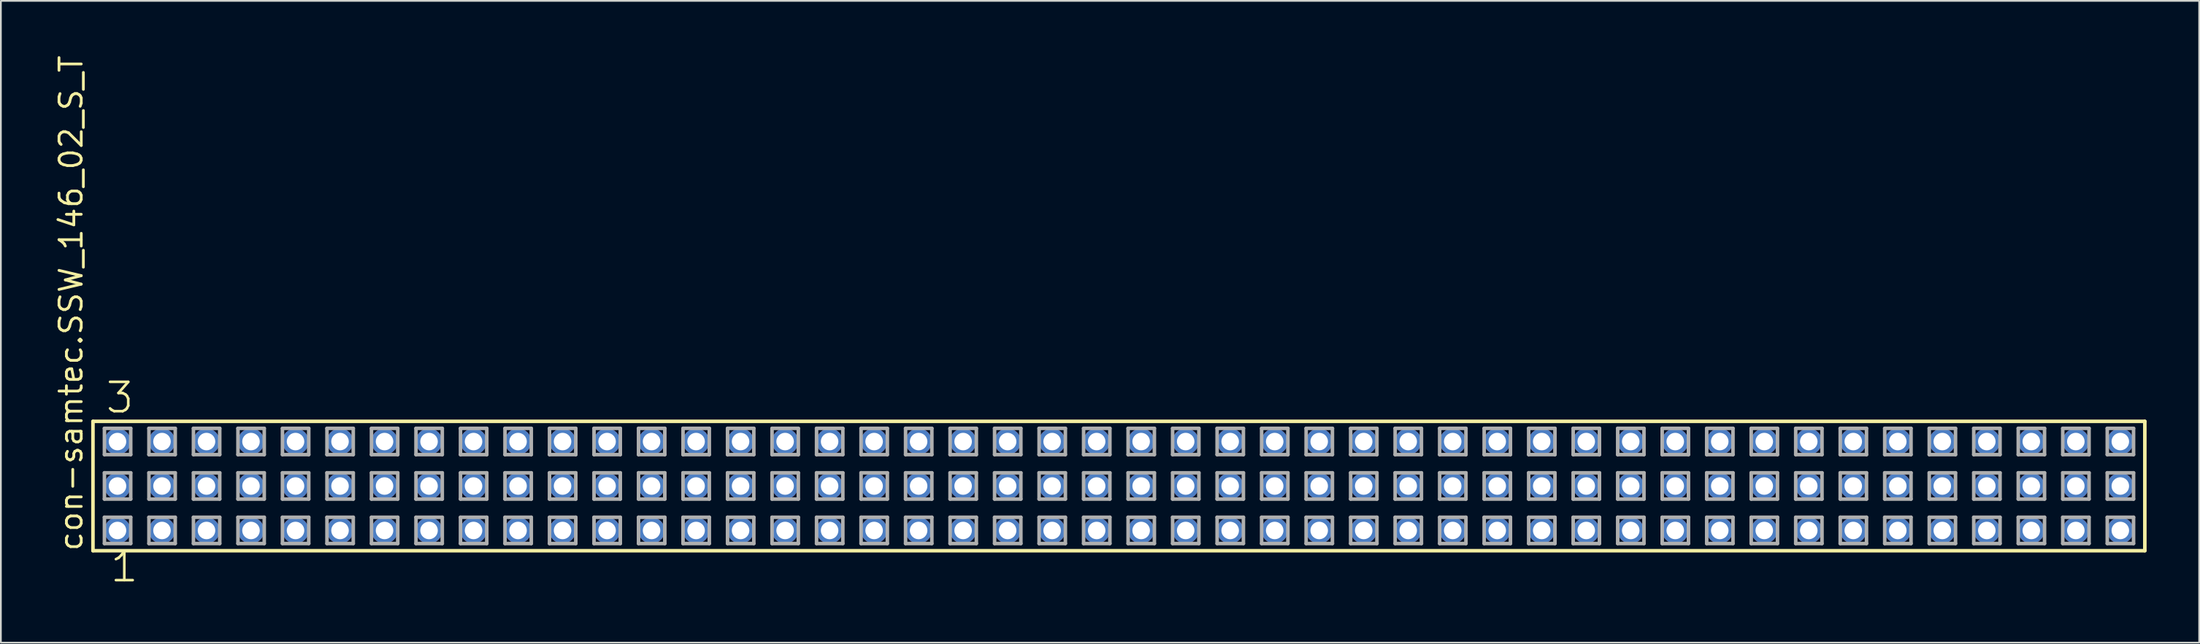
<source format=kicad_pcb>
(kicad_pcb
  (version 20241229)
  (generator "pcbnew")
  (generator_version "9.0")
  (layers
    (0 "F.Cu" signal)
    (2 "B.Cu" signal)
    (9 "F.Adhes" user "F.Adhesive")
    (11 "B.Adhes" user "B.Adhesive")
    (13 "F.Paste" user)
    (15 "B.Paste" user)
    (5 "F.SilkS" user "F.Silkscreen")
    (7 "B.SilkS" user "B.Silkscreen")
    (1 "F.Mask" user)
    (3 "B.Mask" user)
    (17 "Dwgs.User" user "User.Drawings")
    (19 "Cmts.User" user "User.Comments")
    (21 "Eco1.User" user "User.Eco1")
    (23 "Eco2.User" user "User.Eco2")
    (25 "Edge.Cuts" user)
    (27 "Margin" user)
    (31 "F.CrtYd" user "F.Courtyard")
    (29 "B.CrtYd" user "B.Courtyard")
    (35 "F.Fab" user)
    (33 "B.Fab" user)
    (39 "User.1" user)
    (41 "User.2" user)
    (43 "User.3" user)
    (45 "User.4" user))
  (footprint "con-samtec.SSW_146_02_S_T"
    (layer "F.Cu")
    (at 60.805 24.719)
    (property "Reference" "con-samtec.SSW_146_02_S_T" (at -59.055 3.81 90) (layer "F.SilkS") (effects (font (size 1.27 1.27) (thickness 0.16)) (justify left bottom)))
    (attr through_hole)
    (fp_line (start -58.549 -3.695) (end 58.549 -3.695) (stroke (width 0.203) (type default)) (layer "F.SilkS"))
    (fp_line (start -58.549 3.695) (end -58.549 -3.695) (stroke (width 0.203) (type default)) (layer "F.SilkS"))
    (fp_line (start 58.549 -3.695) (end 58.549 3.695) (stroke (width 0.203) (type default)) (layer "F.SilkS"))
    (fp_line (start 58.549 3.695) (end -58.549 3.695) (stroke (width 0.203) (type default)) (layer "F.SilkS"))
    (fp_line (start -57.895 -3.295) (end -56.395 -3.295) (stroke (width 0.203) (type default)) (layer "F.Fab"))
    (fp_line (start -57.895 -1.795) (end -57.895 -3.295) (stroke (width 0.203) (type default)) (layer "F.Fab"))
    (fp_line (start -57.895 -0.755) (end -56.395 -0.755) (stroke (width 0.203) (type default)) (layer "F.Fab"))
    (fp_line (start -57.895 0.745) (end -57.895 -0.755) (stroke (width 0.203) (type default)) (layer "F.Fab"))
    (fp_line (start -57.895 1.785) (end -56.395 1.785) (stroke (width 0.203) (type default)) (layer "F.Fab"))
    (fp_line (start -57.895 3.285) (end -57.895 1.785) (stroke (width 0.203) (type default)) (layer "F.Fab"))
    (fp_line (start -56.395 -3.295) (end -56.395 -1.795) (stroke (width 0.203) (type default)) (layer "F.Fab"))
    (fp_line (start -56.395 -1.795) (end -57.895 -1.795) (stroke (width 0.203) (type default)) (layer "F.Fab"))
    (fp_line (start -56.395 -0.755) (end -56.395 0.745) (stroke (width 0.203) (type default)) (layer "F.Fab"))
    (fp_line (start -56.395 0.745) (end -57.895 0.745) (stroke (width 0.203) (type default)) (layer "F.Fab"))
    (fp_line (start -56.395 1.785) (end -56.395 3.285) (stroke (width 0.203) (type default)) (layer "F.Fab"))
    (fp_line (start -56.395 3.285) (end -57.895 3.285) (stroke (width 0.203) (type default)) (layer "F.Fab"))
    (fp_line (start -55.355 -3.295) (end -53.855 -3.295) (stroke (width 0.203) (type default)) (layer "F.Fab"))
    (fp_line (start -55.355 -1.795) (end -55.355 -3.295) (stroke (width 0.203) (type default)) (layer "F.Fab"))
    (fp_line (start -55.355 -0.755) (end -53.855 -0.755) (stroke (width 0.203) (type default)) (layer "F.Fab"))
    (fp_line (start -55.355 0.745) (end -55.355 -0.755) (stroke (width 0.203) (type default)) (layer "F.Fab"))
    (fp_line (start -55.355 1.785) (end -53.855 1.785) (stroke (width 0.203) (type default)) (layer "F.Fab"))
    (fp_line (start -55.355 3.285) (end -55.355 1.785) (stroke (width 0.203) (type default)) (layer "F.Fab"))
    (fp_line (start -53.855 -3.295) (end -53.855 -1.795) (stroke (width 0.203) (type default)) (layer "F.Fab"))
    (fp_line (start -53.855 -1.795) (end -55.355 -1.795) (stroke (width 0.203) (type default)) (layer "F.Fab"))
    (fp_line (start -53.855 -0.755) (end -53.855 0.745) (stroke (width 0.203) (type default)) (layer "F.Fab"))
    (fp_line (start -53.855 0.745) (end -55.355 0.745) (stroke (width 0.203) (type default)) (layer "F.Fab"))
    (fp_line (start -53.855 1.785) (end -53.855 3.285) (stroke (width 0.203) (type default)) (layer "F.Fab"))
    (fp_line (start -53.855 3.285) (end -55.355 3.285) (stroke (width 0.203) (type default)) (layer "F.Fab"))
    (fp_line (start -52.815 -3.295) (end -51.315 -3.295) (stroke (width 0.203) (type default)) (layer "F.Fab"))
    (fp_line (start -52.815 -1.795) (end -52.815 -3.295) (stroke (width 0.203) (type default)) (layer "F.Fab"))
    (fp_line (start -52.815 -0.755) (end -51.315 -0.755) (stroke (width 0.203) (type default)) (layer "F.Fab"))
    (fp_line (start -52.815 0.745) (end -52.815 -0.755) (stroke (width 0.203) (type default)) (layer "F.Fab"))
    (fp_line (start -52.815 1.785) (end -51.315 1.785) (stroke (width 0.203) (type default)) (layer "F.Fab"))
    (fp_line (start -52.815 3.285) (end -52.815 1.785) (stroke (width 0.203) (type default)) (layer "F.Fab"))
    (fp_line (start -51.315 -3.295) (end -51.315 -1.795) (stroke (width 0.203) (type default)) (layer "F.Fab"))
    (fp_line (start -51.315 -1.795) (end -52.815 -1.795) (stroke (width 0.203) (type default)) (layer "F.Fab"))
    (fp_line (start -51.315 -0.755) (end -51.315 0.745) (stroke (width 0.203) (type default)) (layer "F.Fab"))
    (fp_line (start -51.315 0.745) (end -52.815 0.745) (stroke (width 0.203) (type default)) (layer "F.Fab"))
    (fp_line (start -51.315 1.785) (end -51.315 3.285) (stroke (width 0.203) (type default)) (layer "F.Fab"))
    (fp_line (start -51.315 3.285) (end -52.815 3.285) (stroke (width 0.203) (type default)) (layer "F.Fab"))
    (fp_line (start -50.275 -3.295) (end -48.775 -3.295) (stroke (width 0.203) (type default)) (layer "F.Fab"))
    (fp_line (start -50.275 -1.795) (end -50.275 -3.295) (stroke (width 0.203) (type default)) (layer "F.Fab"))
    (fp_line (start -50.275 -0.755) (end -48.775 -0.755) (stroke (width 0.203) (type default)) (layer "F.Fab"))
    (fp_line (start -50.275 0.745) (end -50.275 -0.755) (stroke (width 0.203) (type default)) (layer "F.Fab"))
    (fp_line (start -50.275 1.785) (end -48.775 1.785) (stroke (width 0.203) (type default)) (layer "F.Fab"))
    (fp_line (start -50.275 3.285) (end -50.275 1.785) (stroke (width 0.203) (type default)) (layer "F.Fab"))
    (fp_line (start -48.775 -3.295) (end -48.775 -1.795) (stroke (width 0.203) (type default)) (layer "F.Fab"))
    (fp_line (start -48.775 -1.795) (end -50.275 -1.795) (stroke (width 0.203) (type default)) (layer "F.Fab"))
    (fp_line (start -48.775 -0.755) (end -48.775 0.745) (stroke (width 0.203) (type default)) (layer "F.Fab"))
    (fp_line (start -48.775 0.745) (end -50.275 0.745) (stroke (width 0.203) (type default)) (layer "F.Fab"))
    (fp_line (start -48.775 1.785) (end -48.775 3.285) (stroke (width 0.203) (type default)) (layer "F.Fab"))
    (fp_line (start -48.775 3.285) (end -50.275 3.285) (stroke (width 0.203) (type default)) (layer "F.Fab"))
    (fp_line (start -47.735 -3.295) (end -46.235 -3.295) (stroke (width 0.203) (type default)) (layer "F.Fab"))
    (fp_line (start -47.735 -1.795) (end -47.735 -3.295) (stroke (width 0.203) (type default)) (layer "F.Fab"))
    (fp_line (start -47.735 -0.755) (end -46.235 -0.755) (stroke (width 0.203) (type default)) (layer "F.Fab"))
    (fp_line (start -47.735 0.745) (end -47.735 -0.755) (stroke (width 0.203) (type default)) (layer "F.Fab"))
    (fp_line (start -47.735 1.785) (end -46.235 1.785) (stroke (width 0.203) (type default)) (layer "F.Fab"))
    (fp_line (start -47.735 3.285) (end -47.735 1.785) (stroke (width 0.203) (type default)) (layer "F.Fab"))
    (fp_line (start -46.235 -3.295) (end -46.235 -1.795) (stroke (width 0.203) (type default)) (layer "F.Fab"))
    (fp_line (start -46.235 -1.795) (end -47.735 -1.795) (stroke (width 0.203) (type default)) (layer "F.Fab"))
    (fp_line (start -46.235 -0.755) (end -46.235 0.745) (stroke (width 0.203) (type default)) (layer "F.Fab"))
    (fp_line (start -46.235 0.745) (end -47.735 0.745) (stroke (width 0.203) (type default)) (layer "F.Fab"))
    (fp_line (start -46.235 1.785) (end -46.235 3.285) (stroke (width 0.203) (type default)) (layer "F.Fab"))
    (fp_line (start -46.235 3.285) (end -47.735 3.285) (stroke (width 0.203) (type default)) (layer "F.Fab"))
    (fp_line (start -45.195 -3.295) (end -43.695 -3.295) (stroke (width 0.203) (type default)) (layer "F.Fab"))
    (fp_line (start -45.195 -1.795) (end -45.195 -3.295) (stroke (width 0.203) (type default)) (layer "F.Fab"))
    (fp_line (start -45.195 -0.755) (end -43.695 -0.755) (stroke (width 0.203) (type default)) (layer "F.Fab"))
    (fp_line (start -45.195 0.745) (end -45.195 -0.755) (stroke (width 0.203) (type default)) (layer "F.Fab"))
    (fp_line (start -45.195 1.785) (end -43.695 1.785) (stroke (width 0.203) (type default)) (layer "F.Fab"))
    (fp_line (start -45.195 3.285) (end -45.195 1.785) (stroke (width 0.203) (type default)) (layer "F.Fab"))
    (fp_line (start -43.695 -3.295) (end -43.695 -1.795) (stroke (width 0.203) (type default)) (layer "F.Fab"))
    (fp_line (start -43.695 -1.795) (end -45.195 -1.795) (stroke (width 0.203) (type default)) (layer "F.Fab"))
    (fp_line (start -43.695 -0.755) (end -43.695 0.745) (stroke (width 0.203) (type default)) (layer "F.Fab"))
    (fp_line (start -43.695 0.745) (end -45.195 0.745) (stroke (width 0.203) (type default)) (layer "F.Fab"))
    (fp_line (start -43.695 1.785) (end -43.695 3.285) (stroke (width 0.203) (type default)) (layer "F.Fab"))
    (fp_line (start -43.695 3.285) (end -45.195 3.285) (stroke (width 0.203) (type default)) (layer "F.Fab"))
    (fp_line (start -42.655 -3.295) (end -41.155 -3.295) (stroke (width 0.203) (type default)) (layer "F.Fab"))
    (fp_line (start -42.655 -1.795) (end -42.655 -3.295) (stroke (width 0.203) (type default)) (layer "F.Fab"))
    (fp_line (start -42.655 -0.755) (end -41.155 -0.755) (stroke (width 0.203) (type default)) (layer "F.Fab"))
    (fp_line (start -42.655 0.745) (end -42.655 -0.755) (stroke (width 0.203) (type default)) (layer "F.Fab"))
    (fp_line (start -42.655 1.785) (end -41.155 1.785) (stroke (width 0.203) (type default)) (layer "F.Fab"))
    (fp_line (start -42.655 3.285) (end -42.655 1.785) (stroke (width 0.203) (type default)) (layer "F.Fab"))
    (fp_line (start -41.155 -3.295) (end -41.155 -1.795) (stroke (width 0.203) (type default)) (layer "F.Fab"))
    (fp_line (start -41.155 -1.795) (end -42.655 -1.795) (stroke (width 0.203) (type default)) (layer "F.Fab"))
    (fp_line (start -41.155 -0.755) (end -41.155 0.745) (stroke (width 0.203) (type default)) (layer "F.Fab"))
    (fp_line (start -41.155 0.745) (end -42.655 0.745) (stroke (width 0.203) (type default)) (layer "F.Fab"))
    (fp_line (start -41.155 1.785) (end -41.155 3.285) (stroke (width 0.203) (type default)) (layer "F.Fab"))
    (fp_line (start -41.155 3.285) (end -42.655 3.285) (stroke (width 0.203) (type default)) (layer "F.Fab"))
    (fp_line (start -40.115 -3.295) (end -38.615 -3.295) (stroke (width 0.203) (type default)) (layer "F.Fab"))
    (fp_line (start -40.115 -1.795) (end -40.115 -3.295) (stroke (width 0.203) (type default)) (layer "F.Fab"))
    (fp_line (start -40.115 -0.755) (end -38.615 -0.755) (stroke (width 0.203) (type default)) (layer "F.Fab"))
    (fp_line (start -40.115 0.745) (end -40.115 -0.755) (stroke (width 0.203) (type default)) (layer "F.Fab"))
    (fp_line (start -40.115 1.785) (end -38.615 1.785) (stroke (width 0.203) (type default)) (layer "F.Fab"))
    (fp_line (start -40.115 3.285) (end -40.115 1.785) (stroke (width 0.203) (type default)) (layer "F.Fab"))
    (fp_line (start -38.615 -3.295) (end -38.615 -1.795) (stroke (width 0.203) (type default)) (layer "F.Fab"))
    (fp_line (start -38.615 -1.795) (end -40.115 -1.795) (stroke (width 0.203) (type default)) (layer "F.Fab"))
    (fp_line (start -38.615 -0.755) (end -38.615 0.745) (stroke (width 0.203) (type default)) (layer "F.Fab"))
    (fp_line (start -38.615 0.745) (end -40.115 0.745) (stroke (width 0.203) (type default)) (layer "F.Fab"))
    (fp_line (start -38.615 1.785) (end -38.615 3.285) (stroke (width 0.203) (type default)) (layer "F.Fab"))
    (fp_line (start -38.615 3.285) (end -40.115 3.285) (stroke (width 0.203) (type default)) (layer "F.Fab"))
    (fp_line (start -37.575 -3.295) (end -36.075 -3.295) (stroke (width 0.203) (type default)) (layer "F.Fab"))
    (fp_line (start -37.575 -1.795) (end -37.575 -3.295) (stroke (width 0.203) (type default)) (layer "F.Fab"))
    (fp_line (start -37.575 -0.755) (end -36.075 -0.755) (stroke (width 0.203) (type default)) (layer "F.Fab"))
    (fp_line (start -37.575 0.745) (end -37.575 -0.755) (stroke (width 0.203) (type default)) (layer "F.Fab"))
    (fp_line (start -37.575 1.785) (end -36.075 1.785) (stroke (width 0.203) (type default)) (layer "F.Fab"))
    (fp_line (start -37.575 3.285) (end -37.575 1.785) (stroke (width 0.203) (type default)) (layer "F.Fab"))
    (fp_line (start -36.075 -3.295) (end -36.075 -1.795) (stroke (width 0.203) (type default)) (layer "F.Fab"))
    (fp_line (start -36.075 -1.795) (end -37.575 -1.795) (stroke (width 0.203) (type default)) (layer "F.Fab"))
    (fp_line (start -36.075 -0.755) (end -36.075 0.745) (stroke (width 0.203) (type default)) (layer "F.Fab"))
    (fp_line (start -36.075 0.745) (end -37.575 0.745) (stroke (width 0.203) (type default)) (layer "F.Fab"))
    (fp_line (start -36.075 1.785) (end -36.075 3.285) (stroke (width 0.203) (type default)) (layer "F.Fab"))
    (fp_line (start -36.075 3.285) (end -37.575 3.285) (stroke (width 0.203) (type default)) (layer "F.Fab"))
    (fp_line (start -35.035 -3.295) (end -33.535 -3.295) (stroke (width 0.203) (type default)) (layer "F.Fab"))
    (fp_line (start -35.035 -1.795) (end -35.035 -3.295) (stroke (width 0.203) (type default)) (layer "F.Fab"))
    (fp_line (start -35.035 -0.755) (end -33.535 -0.755) (stroke (width 0.203) (type default)) (layer "F.Fab"))
    (fp_line (start -35.035 0.745) (end -35.035 -0.755) (stroke (width 0.203) (type default)) (layer "F.Fab"))
    (fp_line (start -35.035 1.785) (end -33.535 1.785) (stroke (width 0.203) (type default)) (layer "F.Fab"))
    (fp_line (start -35.035 3.285) (end -35.035 1.785) (stroke (width 0.203) (type default)) (layer "F.Fab"))
    (fp_line (start -33.535 -3.295) (end -33.535 -1.795) (stroke (width 0.203) (type default)) (layer "F.Fab"))
    (fp_line (start -33.535 -1.795) (end -35.035 -1.795) (stroke (width 0.203) (type default)) (layer "F.Fab"))
    (fp_line (start -33.535 -0.755) (end -33.535 0.745) (stroke (width 0.203) (type default)) (layer "F.Fab"))
    (fp_line (start -33.535 0.745) (end -35.035 0.745) (stroke (width 0.203) (type default)) (layer "F.Fab"))
    (fp_line (start -33.535 1.785) (end -33.535 3.285) (stroke (width 0.203) (type default)) (layer "F.Fab"))
    (fp_line (start -33.535 3.285) (end -35.035 3.285) (stroke (width 0.203) (type default)) (layer "F.Fab"))
    (fp_line (start -32.495 -3.295) (end -30.995 -3.295) (stroke (width 0.203) (type default)) (layer "F.Fab"))
    (fp_line (start -32.495 -1.795) (end -32.495 -3.295) (stroke (width 0.203) (type default)) (layer "F.Fab"))
    (fp_line (start -32.495 -0.755) (end -30.995 -0.755) (stroke (width 0.203) (type default)) (layer "F.Fab"))
    (fp_line (start -32.495 0.745) (end -32.495 -0.755) (stroke (width 0.203) (type default)) (layer "F.Fab"))
    (fp_line (start -32.495 1.785) (end -30.995 1.785) (stroke (width 0.203) (type default)) (layer "F.Fab"))
    (fp_line (start -32.495 3.285) (end -32.495 1.785) (stroke (width 0.203) (type default)) (layer "F.Fab"))
    (fp_line (start -30.995 -3.295) (end -30.995 -1.795) (stroke (width 0.203) (type default)) (layer "F.Fab"))
    (fp_line (start -30.995 -1.795) (end -32.495 -1.795) (stroke (width 0.203) (type default)) (layer "F.Fab"))
    (fp_line (start -30.995 -0.755) (end -30.995 0.745) (stroke (width 0.203) (type default)) (layer "F.Fab"))
    (fp_line (start -30.995 0.745) (end -32.495 0.745) (stroke (width 0.203) (type default)) (layer "F.Fab"))
    (fp_line (start -30.995 1.785) (end -30.995 3.285) (stroke (width 0.203) (type default)) (layer "F.Fab"))
    (fp_line (start -30.995 3.285) (end -32.495 3.285) (stroke (width 0.203) (type default)) (layer "F.Fab"))
    (fp_line (start -29.955 -3.295) (end -28.455 -3.295) (stroke (width 0.203) (type default)) (layer "F.Fab"))
    (fp_line (start -29.955 -1.795) (end -29.955 -3.295) (stroke (width 0.203) (type default)) (layer "F.Fab"))
    (fp_line (start -29.955 -0.755) (end -28.455 -0.755) (stroke (width 0.203) (type default)) (layer "F.Fab"))
    (fp_line (start -29.955 0.745) (end -29.955 -0.755) (stroke (width 0.203) (type default)) (layer "F.Fab"))
    (fp_line (start -29.955 1.785) (end -28.455 1.785) (stroke (width 0.203) (type default)) (layer "F.Fab"))
    (fp_line (start -29.955 3.285) (end -29.955 1.785) (stroke (width 0.203) (type default)) (layer "F.Fab"))
    (fp_line (start -28.455 -3.295) (end -28.455 -1.795) (stroke (width 0.203) (type default)) (layer "F.Fab"))
    (fp_line (start -28.455 -1.795) (end -29.955 -1.795) (stroke (width 0.203) (type default)) (layer "F.Fab"))
    (fp_line (start -28.455 -0.755) (end -28.455 0.745) (stroke (width 0.203) (type default)) (layer "F.Fab"))
    (fp_line (start -28.455 0.745) (end -29.955 0.745) (stroke (width 0.203) (type default)) (layer "F.Fab"))
    (fp_line (start -28.455 1.785) (end -28.455 3.285) (stroke (width 0.203) (type default)) (layer "F.Fab"))
    (fp_line (start -28.455 3.285) (end -29.955 3.285) (stroke (width 0.203) (type default)) (layer "F.Fab"))
    (fp_line (start -27.415 -3.295) (end -25.915 -3.295) (stroke (width 0.203) (type default)) (layer "F.Fab"))
    (fp_line (start -27.415 -1.795) (end -27.415 -3.295) (stroke (width 0.203) (type default)) (layer "F.Fab"))
    (fp_line (start -27.415 -0.755) (end -25.915 -0.755) (stroke (width 0.203) (type default)) (layer "F.Fab"))
    (fp_line (start -27.415 0.745) (end -27.415 -0.755) (stroke (width 0.203) (type default)) (layer "F.Fab"))
    (fp_line (start -27.415 1.785) (end -25.915 1.785) (stroke (width 0.203) (type default)) (layer "F.Fab"))
    (fp_line (start -27.415 3.285) (end -27.415 1.785) (stroke (width 0.203) (type default)) (layer "F.Fab"))
    (fp_line (start -25.915 -3.295) (end -25.915 -1.795) (stroke (width 0.203) (type default)) (layer "F.Fab"))
    (fp_line (start -25.915 -1.795) (end -27.415 -1.795) (stroke (width 0.203) (type default)) (layer "F.Fab"))
    (fp_line (start -25.915 -0.755) (end -25.915 0.745) (stroke (width 0.203) (type default)) (layer "F.Fab"))
    (fp_line (start -25.915 0.745) (end -27.415 0.745) (stroke (width 0.203) (type default)) (layer "F.Fab"))
    (fp_line (start -25.915 1.785) (end -25.915 3.285) (stroke (width 0.203) (type default)) (layer "F.Fab"))
    (fp_line (start -25.915 3.285) (end -27.415 3.285) (stroke (width 0.203) (type default)) (layer "F.Fab"))
    (fp_line (start -24.875 -3.295) (end -23.375 -3.295) (stroke (width 0.203) (type default)) (layer "F.Fab"))
    (fp_line (start -24.875 -1.795) (end -24.875 -3.295) (stroke (width 0.203) (type default)) (layer "F.Fab"))
    (fp_line (start -24.875 -0.755) (end -23.375 -0.755) (stroke (width 0.203) (type default)) (layer "F.Fab"))
    (fp_line (start -24.875 0.745) (end -24.875 -0.755) (stroke (width 0.203) (type default)) (layer "F.Fab"))
    (fp_line (start -24.875 1.785) (end -23.375 1.785) (stroke (width 0.203) (type default)) (layer "F.Fab"))
    (fp_line (start -24.875 3.285) (end -24.875 1.785) (stroke (width 0.203) (type default)) (layer "F.Fab"))
    (fp_line (start -23.375 -3.295) (end -23.375 -1.795) (stroke (width 0.203) (type default)) (layer "F.Fab"))
    (fp_line (start -23.375 -1.795) (end -24.875 -1.795) (stroke (width 0.203) (type default)) (layer "F.Fab"))
    (fp_line (start -23.375 -0.755) (end -23.375 0.745) (stroke (width 0.203) (type default)) (layer "F.Fab"))
    (fp_line (start -23.375 0.745) (end -24.875 0.745) (stroke (width 0.203) (type default)) (layer "F.Fab"))
    (fp_line (start -23.375 1.785) (end -23.375 3.285) (stroke (width 0.203) (type default)) (layer "F.Fab"))
    (fp_line (start -23.375 3.285) (end -24.875 3.285) (stroke (width 0.203) (type default)) (layer "F.Fab"))
    (fp_line (start -22.335 -3.295) (end -20.835 -3.295) (stroke (width 0.203) (type default)) (layer "F.Fab"))
    (fp_line (start -22.335 -1.795) (end -22.335 -3.295) (stroke (width 0.203) (type default)) (layer "F.Fab"))
    (fp_line (start -22.335 -0.755) (end -20.835 -0.755) (stroke (width 0.203) (type default)) (layer "F.Fab"))
    (fp_line (start -22.335 0.745) (end -22.335 -0.755) (stroke (width 0.203) (type default)) (layer "F.Fab"))
    (fp_line (start -22.335 1.785) (end -20.835 1.785) (stroke (width 0.203) (type default)) (layer "F.Fab"))
    (fp_line (start -22.335 3.285) (end -22.335 1.785) (stroke (width 0.203) (type default)) (layer "F.Fab"))
    (fp_line (start -20.835 -3.295) (end -20.835 -1.795) (stroke (width 0.203) (type default)) (layer "F.Fab"))
    (fp_line (start -20.835 -1.795) (end -22.335 -1.795) (stroke (width 0.203) (type default)) (layer "F.Fab"))
    (fp_line (start -20.835 -0.755) (end -20.835 0.745) (stroke (width 0.203) (type default)) (layer "F.Fab"))
    (fp_line (start -20.835 0.745) (end -22.335 0.745) (stroke (width 0.203) (type default)) (layer "F.Fab"))
    (fp_line (start -20.835 1.785) (end -20.835 3.285) (stroke (width 0.203) (type default)) (layer "F.Fab"))
    (fp_line (start -20.835 3.285) (end -22.335 3.285) (stroke (width 0.203) (type default)) (layer "F.Fab"))
    (fp_line (start -19.795 -3.295) (end -18.295 -3.295) (stroke (width 0.203) (type default)) (layer "F.Fab"))
    (fp_line (start -19.795 -1.795) (end -19.795 -3.295) (stroke (width 0.203) (type default)) (layer "F.Fab"))
    (fp_line (start -19.795 -0.755) (end -18.295 -0.755) (stroke (width 0.203) (type default)) (layer "F.Fab"))
    (fp_line (start -19.795 0.745) (end -19.795 -0.755) (stroke (width 0.203) (type default)) (layer "F.Fab"))
    (fp_line (start -19.795 1.785) (end -18.295 1.785) (stroke (width 0.203) (type default)) (layer "F.Fab"))
    (fp_line (start -19.795 3.285) (end -19.795 1.785) (stroke (width 0.203) (type default)) (layer "F.Fab"))
    (fp_line (start -18.295 -3.295) (end -18.295 -1.795) (stroke (width 0.203) (type default)) (layer "F.Fab"))
    (fp_line (start -18.295 -1.795) (end -19.795 -1.795) (stroke (width 0.203) (type default)) (layer "F.Fab"))
    (fp_line (start -18.295 -0.755) (end -18.295 0.745) (stroke (width 0.203) (type default)) (layer "F.Fab"))
    (fp_line (start -18.295 0.745) (end -19.795 0.745) (stroke (width 0.203) (type default)) (layer "F.Fab"))
    (fp_line (start -18.295 1.785) (end -18.295 3.285) (stroke (width 0.203) (type default)) (layer "F.Fab"))
    (fp_line (start -18.295 3.285) (end -19.795 3.285) (stroke (width 0.203) (type default)) (layer "F.Fab"))
    (fp_line (start -17.255 -3.295) (end -15.755 -3.295) (stroke (width 0.203) (type default)) (layer "F.Fab"))
    (fp_line (start -17.255 -1.795) (end -17.255 -3.295) (stroke (width 0.203) (type default)) (layer "F.Fab"))
    (fp_line (start -17.255 -0.755) (end -15.755 -0.755) (stroke (width 0.203) (type default)) (layer "F.Fab"))
    (fp_line (start -17.255 0.745) (end -17.255 -0.755) (stroke (width 0.203) (type default)) (layer "F.Fab"))
    (fp_line (start -17.255 1.785) (end -15.755 1.785) (stroke (width 0.203) (type default)) (layer "F.Fab"))
    (fp_line (start -17.255 3.285) (end -17.255 1.785) (stroke (width 0.203) (type default)) (layer "F.Fab"))
    (fp_line (start -15.755 -3.295) (end -15.755 -1.795) (stroke (width 0.203) (type default)) (layer "F.Fab"))
    (fp_line (start -15.755 -1.795) (end -17.255 -1.795) (stroke (width 0.203) (type default)) (layer "F.Fab"))
    (fp_line (start -15.755 -0.755) (end -15.755 0.745) (stroke (width 0.203) (type default)) (layer "F.Fab"))
    (fp_line (start -15.755 0.745) (end -17.255 0.745) (stroke (width 0.203) (type default)) (layer "F.Fab"))
    (fp_line (start -15.755 1.785) (end -15.755 3.285) (stroke (width 0.203) (type default)) (layer "F.Fab"))
    (fp_line (start -15.755 3.285) (end -17.255 3.285) (stroke (width 0.203) (type default)) (layer "F.Fab"))
    (fp_line (start -14.715 -3.295) (end -13.215 -3.295) (stroke (width 0.203) (type default)) (layer "F.Fab"))
    (fp_line (start -14.715 -1.795) (end -14.715 -3.295) (stroke (width 0.203) (type default)) (layer "F.Fab"))
    (fp_line (start -14.715 -0.755) (end -13.215 -0.755) (stroke (width 0.203) (type default)) (layer "F.Fab"))
    (fp_line (start -14.715 0.745) (end -14.715 -0.755) (stroke (width 0.203) (type default)) (layer "F.Fab"))
    (fp_line (start -14.715 1.785) (end -13.215 1.785) (stroke (width 0.203) (type default)) (layer "F.Fab"))
    (fp_line (start -14.715 3.285) (end -14.715 1.785) (stroke (width 0.203) (type default)) (layer "F.Fab"))
    (fp_line (start -13.215 -3.295) (end -13.215 -1.795) (stroke (width 0.203) (type default)) (layer "F.Fab"))
    (fp_line (start -13.215 -1.795) (end -14.715 -1.795) (stroke (width 0.203) (type default)) (layer "F.Fab"))
    (fp_line (start -13.215 -0.755) (end -13.215 0.745) (stroke (width 0.203) (type default)) (layer "F.Fab"))
    (fp_line (start -13.215 0.745) (end -14.715 0.745) (stroke (width 0.203) (type default)) (layer "F.Fab"))
    (fp_line (start -13.215 1.785) (end -13.215 3.285) (stroke (width 0.203) (type default)) (layer "F.Fab"))
    (fp_line (start -13.215 3.285) (end -14.715 3.285) (stroke (width 0.203) (type default)) (layer "F.Fab"))
    (fp_line (start -12.175 -3.295) (end -10.675 -3.295) (stroke (width 0.203) (type default)) (layer "F.Fab"))
    (fp_line (start -12.175 -1.795) (end -12.175 -3.295) (stroke (width 0.203) (type default)) (layer "F.Fab"))
    (fp_line (start -12.175 -0.755) (end -10.675 -0.755) (stroke (width 0.203) (type default)) (layer "F.Fab"))
    (fp_line (start -12.175 0.745) (end -12.175 -0.755) (stroke (width 0.203) (type default)) (layer "F.Fab"))
    (fp_line (start -12.175 1.785) (end -10.675 1.785) (stroke (width 0.203) (type default)) (layer "F.Fab"))
    (fp_line (start -12.175 3.285) (end -12.175 1.785) (stroke (width 0.203) (type default)) (layer "F.Fab"))
    (fp_line (start -10.675 -3.295) (end -10.675 -1.795) (stroke (width 0.203) (type default)) (layer "F.Fab"))
    (fp_line (start -10.675 -1.795) (end -12.175 -1.795) (stroke (width 0.203) (type default)) (layer "F.Fab"))
    (fp_line (start -10.675 -0.755) (end -10.675 0.745) (stroke (width 0.203) (type default)) (layer "F.Fab"))
    (fp_line (start -10.675 0.745) (end -12.175 0.745) (stroke (width 0.203) (type default)) (layer "F.Fab"))
    (fp_line (start -10.675 1.785) (end -10.675 3.285) (stroke (width 0.203) (type default)) (layer "F.Fab"))
    (fp_line (start -10.675 3.285) (end -12.175 3.285) (stroke (width 0.203) (type default)) (layer "F.Fab"))
    (fp_line (start -9.635 -3.295) (end -8.135 -3.295) (stroke (width 0.203) (type default)) (layer "F.Fab"))
    (fp_line (start -9.635 -1.795) (end -9.635 -3.295) (stroke (width 0.203) (type default)) (layer "F.Fab"))
    (fp_line (start -9.635 -0.755) (end -8.135 -0.755) (stroke (width 0.203) (type default)) (layer "F.Fab"))
    (fp_line (start -9.635 0.745) (end -9.635 -0.755) (stroke (width 0.203) (type default)) (layer "F.Fab"))
    (fp_line (start -9.635 1.785) (end -8.135 1.785) (stroke (width 0.203) (type default)) (layer "F.Fab"))
    (fp_line (start -9.635 3.285) (end -9.635 1.785) (stroke (width 0.203) (type default)) (layer "F.Fab"))
    (fp_line (start -8.135 -3.295) (end -8.135 -1.795) (stroke (width 0.203) (type default)) (layer "F.Fab"))
    (fp_line (start -8.135 -1.795) (end -9.635 -1.795) (stroke (width 0.203) (type default)) (layer "F.Fab"))
    (fp_line (start -8.135 -0.755) (end -8.135 0.745) (stroke (width 0.203) (type default)) (layer "F.Fab"))
    (fp_line (start -8.135 0.745) (end -9.635 0.745) (stroke (width 0.203) (type default)) (layer "F.Fab"))
    (fp_line (start -8.135 1.785) (end -8.135 3.285) (stroke (width 0.203) (type default)) (layer "F.Fab"))
    (fp_line (start -8.135 3.285) (end -9.635 3.285) (stroke (width 0.203) (type default)) (layer "F.Fab"))
    (fp_line (start -7.095 -3.295) (end -5.595 -3.295) (stroke (width 0.203) (type default)) (layer "F.Fab"))
    (fp_line (start -7.095 -1.795) (end -7.095 -3.295) (stroke (width 0.203) (type default)) (layer "F.Fab"))
    (fp_line (start -7.095 -0.755) (end -5.595 -0.755) (stroke (width 0.203) (type default)) (layer "F.Fab"))
    (fp_line (start -7.095 0.745) (end -7.095 -0.755) (stroke (width 0.203) (type default)) (layer "F.Fab"))
    (fp_line (start -7.095 1.785) (end -5.595 1.785) (stroke (width 0.203) (type default)) (layer "F.Fab"))
    (fp_line (start -7.095 3.285) (end -7.095 1.785) (stroke (width 0.203) (type default)) (layer "F.Fab"))
    (fp_line (start -5.595 -3.295) (end -5.595 -1.795) (stroke (width 0.203) (type default)) (layer "F.Fab"))
    (fp_line (start -5.595 -1.795) (end -7.095 -1.795) (stroke (width 0.203) (type default)) (layer "F.Fab"))
    (fp_line (start -5.595 -0.755) (end -5.595 0.745) (stroke (width 0.203) (type default)) (layer "F.Fab"))
    (fp_line (start -5.595 0.745) (end -7.095 0.745) (stroke (width 0.203) (type default)) (layer "F.Fab"))
    (fp_line (start -5.595 1.785) (end -5.595 3.285) (stroke (width 0.203) (type default)) (layer "F.Fab"))
    (fp_line (start -5.595 3.285) (end -7.095 3.285) (stroke (width 0.203) (type default)) (layer "F.Fab"))
    (fp_line (start -4.555 -3.295) (end -3.055 -3.295) (stroke (width 0.203) (type default)) (layer "F.Fab"))
    (fp_line (start -4.555 -1.795) (end -4.555 -3.295) (stroke (width 0.203) (type default)) (layer "F.Fab"))
    (fp_line (start -4.555 -0.755) (end -3.055 -0.755) (stroke (width 0.203) (type default)) (layer "F.Fab"))
    (fp_line (start -4.555 0.745) (end -4.555 -0.755) (stroke (width 0.203) (type default)) (layer "F.Fab"))
    (fp_line (start -4.555 1.785) (end -3.055 1.785) (stroke (width 0.203) (type default)) (layer "F.Fab"))
    (fp_line (start -4.555 3.285) (end -4.555 1.785) (stroke (width 0.203) (type default)) (layer "F.Fab"))
    (fp_line (start -3.055 -3.295) (end -3.055 -1.795) (stroke (width 0.203) (type default)) (layer "F.Fab"))
    (fp_line (start -3.055 -1.795) (end -4.555 -1.795) (stroke (width 0.203) (type default)) (layer "F.Fab"))
    (fp_line (start -3.055 -0.755) (end -3.055 0.745) (stroke (width 0.203) (type default)) (layer "F.Fab"))
    (fp_line (start -3.055 0.745) (end -4.555 0.745) (stroke (width 0.203) (type default)) (layer "F.Fab"))
    (fp_line (start -3.055 1.785) (end -3.055 3.285) (stroke (width 0.203) (type default)) (layer "F.Fab"))
    (fp_line (start -3.055 3.285) (end -4.555 3.285) (stroke (width 0.203) (type default)) (layer "F.Fab"))
    (fp_line (start -2.015 -3.295) (end -0.515 -3.295) (stroke (width 0.203) (type default)) (layer "F.Fab"))
    (fp_line (start -2.015 -1.795) (end -2.015 -3.295) (stroke (width 0.203) (type default)) (layer "F.Fab"))
    (fp_line (start -2.015 -0.755) (end -0.515 -0.755) (stroke (width 0.203) (type default)) (layer "F.Fab"))
    (fp_line (start -2.015 0.745) (end -2.015 -0.755) (stroke (width 0.203) (type default)) (layer "F.Fab"))
    (fp_line (start -2.015 1.785) (end -0.515 1.785) (stroke (width 0.203) (type default)) (layer "F.Fab"))
    (fp_line (start -2.015 3.285) (end -2.015 1.785) (stroke (width 0.203) (type default)) (layer "F.Fab"))
    (fp_line (start -0.515 -3.295) (end -0.515 -1.795) (stroke (width 0.203) (type default)) (layer "F.Fab"))
    (fp_line (start -0.515 -1.795) (end -2.015 -1.795) (stroke (width 0.203) (type default)) (layer "F.Fab"))
    (fp_line (start -0.515 -0.755) (end -0.515 0.745) (stroke (width 0.203) (type default)) (layer "F.Fab"))
    (fp_line (start -0.515 0.745) (end -2.015 0.745) (stroke (width 0.203) (type default)) (layer "F.Fab"))
    (fp_line (start -0.515 1.785) (end -0.515 3.285) (stroke (width 0.203) (type default)) (layer "F.Fab"))
    (fp_line (start -0.515 3.285) (end -2.015 3.285) (stroke (width 0.203) (type default)) (layer "F.Fab"))
    (fp_line (start 0.525 -3.295) (end 2.025 -3.295) (stroke (width 0.203) (type default)) (layer "F.Fab"))
    (fp_line (start 0.525 -1.795) (end 0.525 -3.295) (stroke (width 0.203) (type default)) (layer "F.Fab"))
    (fp_line (start 0.525 -0.755) (end 2.025 -0.755) (stroke (width 0.203) (type default)) (layer "F.Fab"))
    (fp_line (start 0.525 0.745) (end 0.525 -0.755) (stroke (width 0.203) (type default)) (layer "F.Fab"))
    (fp_line (start 0.525 1.785) (end 2.025 1.785) (stroke (width 0.203) (type default)) (layer "F.Fab"))
    (fp_line (start 0.525 3.285) (end 0.525 1.785) (stroke (width 0.203) (type default)) (layer "F.Fab"))
    (fp_line (start 2.025 -3.295) (end 2.025 -1.795) (stroke (width 0.203) (type default)) (layer "F.Fab"))
    (fp_line (start 2.025 -1.795) (end 0.525 -1.795) (stroke (width 0.203) (type default)) (layer "F.Fab"))
    (fp_line (start 2.025 -0.755) (end 2.025 0.745) (stroke (width 0.203) (type default)) (layer "F.Fab"))
    (fp_line (start 2.025 0.745) (end 0.525 0.745) (stroke (width 0.203) (type default)) (layer "F.Fab"))
    (fp_line (start 2.025 1.785) (end 2.025 3.285) (stroke (width 0.203) (type default)) (layer "F.Fab"))
    (fp_line (start 2.025 3.285) (end 0.525 3.285) (stroke (width 0.203) (type default)) (layer "F.Fab"))
    (fp_line (start 3.065 -3.295) (end 4.565 -3.295) (stroke (width 0.203) (type default)) (layer "F.Fab"))
    (fp_line (start 3.065 -1.795) (end 3.065 -3.295) (stroke (width 0.203) (type default)) (layer "F.Fab"))
    (fp_line (start 3.065 -0.755) (end 4.565 -0.755) (stroke (width 0.203) (type default)) (layer "F.Fab"))
    (fp_line (start 3.065 0.745) (end 3.065 -0.755) (stroke (width 0.203) (type default)) (layer "F.Fab"))
    (fp_line (start 3.065 1.785) (end 4.565 1.785) (stroke (width 0.203) (type default)) (layer "F.Fab"))
    (fp_line (start 3.065 3.285) (end 3.065 1.785) (stroke (width 0.203) (type default)) (layer "F.Fab"))
    (fp_line (start 4.565 -3.295) (end 4.565 -1.795) (stroke (width 0.203) (type default)) (layer "F.Fab"))
    (fp_line (start 4.565 -1.795) (end 3.065 -1.795) (stroke (width 0.203) (type default)) (layer "F.Fab"))
    (fp_line (start 4.565 -0.755) (end 4.565 0.745) (stroke (width 0.203) (type default)) (layer "F.Fab"))
    (fp_line (start 4.565 0.745) (end 3.065 0.745) (stroke (width 0.203) (type default)) (layer "F.Fab"))
    (fp_line (start 4.565 1.785) (end 4.565 3.285) (stroke (width 0.203) (type default)) (layer "F.Fab"))
    (fp_line (start 4.565 3.285) (end 3.065 3.285) (stroke (width 0.203) (type default)) (layer "F.Fab"))
    (fp_line (start 5.605 -3.295) (end 7.105 -3.295) (stroke (width 0.203) (type default)) (layer "F.Fab"))
    (fp_line (start 5.605 -1.795) (end 5.605 -3.295) (stroke (width 0.203) (type default)) (layer "F.Fab"))
    (fp_line (start 5.605 -0.755) (end 7.105 -0.755) (stroke (width 0.203) (type default)) (layer "F.Fab"))
    (fp_line (start 5.605 0.745) (end 5.605 -0.755) (stroke (width 0.203) (type default)) (layer "F.Fab"))
    (fp_line (start 5.605 1.785) (end 7.105 1.785) (stroke (width 0.203) (type default)) (layer "F.Fab"))
    (fp_line (start 5.605 3.285) (end 5.605 1.785) (stroke (width 0.203) (type default)) (layer "F.Fab"))
    (fp_line (start 7.105 -3.295) (end 7.105 -1.795) (stroke (width 0.203) (type default)) (layer "F.Fab"))
    (fp_line (start 7.105 -1.795) (end 5.605 -1.795) (stroke (width 0.203) (type default)) (layer "F.Fab"))
    (fp_line (start 7.105 -0.755) (end 7.105 0.745) (stroke (width 0.203) (type default)) (layer "F.Fab"))
    (fp_line (start 7.105 0.745) (end 5.605 0.745) (stroke (width 0.203) (type default)) (layer "F.Fab"))
    (fp_line (start 7.105 1.785) (end 7.105 3.285) (stroke (width 0.203) (type default)) (layer "F.Fab"))
    (fp_line (start 7.105 3.285) (end 5.605 3.285) (stroke (width 0.203) (type default)) (layer "F.Fab"))
    (fp_line (start 8.145 -3.295) (end 9.645 -3.295) (stroke (width 0.203) (type default)) (layer "F.Fab"))
    (fp_line (start 8.145 -1.795) (end 8.145 -3.295) (stroke (width 0.203) (type default)) (layer "F.Fab"))
    (fp_line (start 8.145 -0.755) (end 9.645 -0.755) (stroke (width 0.203) (type default)) (layer "F.Fab"))
    (fp_line (start 8.145 0.745) (end 8.145 -0.755) (stroke (width 0.203) (type default)) (layer "F.Fab"))
    (fp_line (start 8.145 1.785) (end 9.645 1.785) (stroke (width 0.203) (type default)) (layer "F.Fab"))
    (fp_line (start 8.145 3.285) (end 8.145 1.785) (stroke (width 0.203) (type default)) (layer "F.Fab"))
    (fp_line (start 9.645 -3.295) (end 9.645 -1.795) (stroke (width 0.203) (type default)) (layer "F.Fab"))
    (fp_line (start 9.645 -1.795) (end 8.145 -1.795) (stroke (width 0.203) (type default)) (layer "F.Fab"))
    (fp_line (start 9.645 -0.755) (end 9.645 0.745) (stroke (width 0.203) (type default)) (layer "F.Fab"))
    (fp_line (start 9.645 0.745) (end 8.145 0.745) (stroke (width 0.203) (type default)) (layer "F.Fab"))
    (fp_line (start 9.645 1.785) (end 9.645 3.285) (stroke (width 0.203) (type default)) (layer "F.Fab"))
    (fp_line (start 9.645 3.285) (end 8.145 3.285) (stroke (width 0.203) (type default)) (layer "F.Fab"))
    (fp_line (start 10.685 -3.295) (end 12.185 -3.295) (stroke (width 0.203) (type default)) (layer "F.Fab"))
    (fp_line (start 10.685 -1.795) (end 10.685 -3.295) (stroke (width 0.203) (type default)) (layer "F.Fab"))
    (fp_line (start 10.685 -0.755) (end 12.185 -0.755) (stroke (width 0.203) (type default)) (layer "F.Fab"))
    (fp_line (start 10.685 0.745) (end 10.685 -0.755) (stroke (width 0.203) (type default)) (layer "F.Fab"))
    (fp_line (start 10.685 1.785) (end 12.185 1.785) (stroke (width 0.203) (type default)) (layer "F.Fab"))
    (fp_line (start 10.685 3.285) (end 10.685 1.785) (stroke (width 0.203) (type default)) (layer "F.Fab"))
    (fp_line (start 12.185 -3.295) (end 12.185 -1.795) (stroke (width 0.203) (type default)) (layer "F.Fab"))
    (fp_line (start 12.185 -1.795) (end 10.685 -1.795) (stroke (width 0.203) (type default)) (layer "F.Fab"))
    (fp_line (start 12.185 -0.755) (end 12.185 0.745) (stroke (width 0.203) (type default)) (layer "F.Fab"))
    (fp_line (start 12.185 0.745) (end 10.685 0.745) (stroke (width 0.203) (type default)) (layer "F.Fab"))
    (fp_line (start 12.185 1.785) (end 12.185 3.285) (stroke (width 0.203) (type default)) (layer "F.Fab"))
    (fp_line (start 12.185 3.285) (end 10.685 3.285) (stroke (width 0.203) (type default)) (layer "F.Fab"))
    (fp_line (start 13.225 -3.295) (end 14.725 -3.295) (stroke (width 0.203) (type default)) (layer "F.Fab"))
    (fp_line (start 13.225 -1.795) (end 13.225 -3.295) (stroke (width 0.203) (type default)) (layer "F.Fab"))
    (fp_line (start 13.225 -0.755) (end 14.725 -0.755) (stroke (width 0.203) (type default)) (layer "F.Fab"))
    (fp_line (start 13.225 0.745) (end 13.225 -0.755) (stroke (width 0.203) (type default)) (layer "F.Fab"))
    (fp_line (start 13.225 1.785) (end 14.725 1.785) (stroke (width 0.203) (type default)) (layer "F.Fab"))
    (fp_line (start 13.225 3.285) (end 13.225 1.785) (stroke (width 0.203) (type default)) (layer "F.Fab"))
    (fp_line (start 14.725 -3.295) (end 14.725 -1.795) (stroke (width 0.203) (type default)) (layer "F.Fab"))
    (fp_line (start 14.725 -1.795) (end 13.225 -1.795) (stroke (width 0.203) (type default)) (layer "F.Fab"))
    (fp_line (start 14.725 -0.755) (end 14.725 0.745) (stroke (width 0.203) (type default)) (layer "F.Fab"))
    (fp_line (start 14.725 0.745) (end 13.225 0.745) (stroke (width 0.203) (type default)) (layer "F.Fab"))
    (fp_line (start 14.725 1.785) (end 14.725 3.285) (stroke (width 0.203) (type default)) (layer "F.Fab"))
    (fp_line (start 14.725 3.285) (end 13.225 3.285) (stroke (width 0.203) (type default)) (layer "F.Fab"))
    (fp_line (start 15.765 -3.295) (end 17.265 -3.295) (stroke (width 0.203) (type default)) (layer "F.Fab"))
    (fp_line (start 15.765 -1.795) (end 15.765 -3.295) (stroke (width 0.203) (type default)) (layer "F.Fab"))
    (fp_line (start 15.765 -0.755) (end 17.265 -0.755) (stroke (width 0.203) (type default)) (layer "F.Fab"))
    (fp_line (start 15.765 0.745) (end 15.765 -0.755) (stroke (width 0.203) (type default)) (layer "F.Fab"))
    (fp_line (start 15.765 1.785) (end 17.265 1.785) (stroke (width 0.203) (type default)) (layer "F.Fab"))
    (fp_line (start 15.765 3.285) (end 15.765 1.785) (stroke (width 0.203) (type default)) (layer "F.Fab"))
    (fp_line (start 17.265 -3.295) (end 17.265 -1.795) (stroke (width 0.203) (type default)) (layer "F.Fab"))
    (fp_line (start 17.265 -1.795) (end 15.765 -1.795) (stroke (width 0.203) (type default)) (layer "F.Fab"))
    (fp_line (start 17.265 -0.755) (end 17.265 0.745) (stroke (width 0.203) (type default)) (layer "F.Fab"))
    (fp_line (start 17.265 0.745) (end 15.765 0.745) (stroke (width 0.203) (type default)) (layer "F.Fab"))
    (fp_line (start 17.265 1.785) (end 17.265 3.285) (stroke (width 0.203) (type default)) (layer "F.Fab"))
    (fp_line (start 17.265 3.285) (end 15.765 3.285) (stroke (width 0.203) (type default)) (layer "F.Fab"))
    (fp_line (start 18.305 -3.295) (end 19.805 -3.295) (stroke (width 0.203) (type default)) (layer "F.Fab"))
    (fp_line (start 18.305 -1.795) (end 18.305 -3.295) (stroke (width 0.203) (type default)) (layer "F.Fab"))
    (fp_line (start 18.305 -0.755) (end 19.805 -0.755) (stroke (width 0.203) (type default)) (layer "F.Fab"))
    (fp_line (start 18.305 0.745) (end 18.305 -0.755) (stroke (width 0.203) (type default)) (layer "F.Fab"))
    (fp_line (start 18.305 1.785) (end 19.805 1.785) (stroke (width 0.203) (type default)) (layer "F.Fab"))
    (fp_line (start 18.305 3.285) (end 18.305 1.785) (stroke (width 0.203) (type default)) (layer "F.Fab"))
    (fp_line (start 19.805 -3.295) (end 19.805 -1.795) (stroke (width 0.203) (type default)) (layer "F.Fab"))
    (fp_line (start 19.805 -1.795) (end 18.305 -1.795) (stroke (width 0.203) (type default)) (layer "F.Fab"))
    (fp_line (start 19.805 -0.755) (end 19.805 0.745) (stroke (width 0.203) (type default)) (layer "F.Fab"))
    (fp_line (start 19.805 0.745) (end 18.305 0.745) (stroke (width 0.203) (type default)) (layer "F.Fab"))
    (fp_line (start 19.805 1.785) (end 19.805 3.285) (stroke (width 0.203) (type default)) (layer "F.Fab"))
    (fp_line (start 19.805 3.285) (end 18.305 3.285) (stroke (width 0.203) (type default)) (layer "F.Fab"))
    (fp_line (start 20.845 -3.295) (end 22.345 -3.295) (stroke (width 0.203) (type default)) (layer "F.Fab"))
    (fp_line (start 20.845 -1.795) (end 20.845 -3.295) (stroke (width 0.203) (type default)) (layer "F.Fab"))
    (fp_line (start 20.845 -0.755) (end 22.345 -0.755) (stroke (width 0.203) (type default)) (layer "F.Fab"))
    (fp_line (start 20.845 0.745) (end 20.845 -0.755) (stroke (width 0.203) (type default)) (layer "F.Fab"))
    (fp_line (start 20.845 1.785) (end 22.345 1.785) (stroke (width 0.203) (type default)) (layer "F.Fab"))
    (fp_line (start 20.845 3.285) (end 20.845 1.785) (stroke (width 0.203) (type default)) (layer "F.Fab"))
    (fp_line (start 22.345 -3.295) (end 22.345 -1.795) (stroke (width 0.203) (type default)) (layer "F.Fab"))
    (fp_line (start 22.345 -1.795) (end 20.845 -1.795) (stroke (width 0.203) (type default)) (layer "F.Fab"))
    (fp_line (start 22.345 -0.755) (end 22.345 0.745) (stroke (width 0.203) (type default)) (layer "F.Fab"))
    (fp_line (start 22.345 0.745) (end 20.845 0.745) (stroke (width 0.203) (type default)) (layer "F.Fab"))
    (fp_line (start 22.345 1.785) (end 22.345 3.285) (stroke (width 0.203) (type default)) (layer "F.Fab"))
    (fp_line (start 22.345 3.285) (end 20.845 3.285) (stroke (width 0.203) (type default)) (layer "F.Fab"))
    (fp_line (start 23.385 -3.295) (end 24.885 -3.295) (stroke (width 0.203) (type default)) (layer "F.Fab"))
    (fp_line (start 23.385 -1.795) (end 23.385 -3.295) (stroke (width 0.203) (type default)) (layer "F.Fab"))
    (fp_line (start 23.385 -0.755) (end 24.885 -0.755) (stroke (width 0.203) (type default)) (layer "F.Fab"))
    (fp_line (start 23.385 0.745) (end 23.385 -0.755) (stroke (width 0.203) (type default)) (layer "F.Fab"))
    (fp_line (start 23.385 1.785) (end 24.885 1.785) (stroke (width 0.203) (type default)) (layer "F.Fab"))
    (fp_line (start 23.385 3.285) (end 23.385 1.785) (stroke (width 0.203) (type default)) (layer "F.Fab"))
    (fp_line (start 24.885 -3.295) (end 24.885 -1.795) (stroke (width 0.203) (type default)) (layer "F.Fab"))
    (fp_line (start 24.885 -1.795) (end 23.385 -1.795) (stroke (width 0.203) (type default)) (layer "F.Fab"))
    (fp_line (start 24.885 -0.755) (end 24.885 0.745) (stroke (width 0.203) (type default)) (layer "F.Fab"))
    (fp_line (start 24.885 0.745) (end 23.385 0.745) (stroke (width 0.203) (type default)) (layer "F.Fab"))
    (fp_line (start 24.885 1.785) (end 24.885 3.285) (stroke (width 0.203) (type default)) (layer "F.Fab"))
    (fp_line (start 24.885 3.285) (end 23.385 3.285) (stroke (width 0.203) (type default)) (layer "F.Fab"))
    (fp_line (start 25.925 -3.295) (end 27.425 -3.295) (stroke (width 0.203) (type default)) (layer "F.Fab"))
    (fp_line (start 25.925 -1.795) (end 25.925 -3.295) (stroke (width 0.203) (type default)) (layer "F.Fab"))
    (fp_line (start 25.925 -0.755) (end 27.425 -0.755) (stroke (width 0.203) (type default)) (layer "F.Fab"))
    (fp_line (start 25.925 0.745) (end 25.925 -0.755) (stroke (width 0.203) (type default)) (layer "F.Fab"))
    (fp_line (start 25.925 1.785) (end 27.425 1.785) (stroke (width 0.203) (type default)) (layer "F.Fab"))
    (fp_line (start 25.925 3.285) (end 25.925 1.785) (stroke (width 0.203) (type default)) (layer "F.Fab"))
    (fp_line (start 27.425 -3.295) (end 27.425 -1.795) (stroke (width 0.203) (type default)) (layer "F.Fab"))
    (fp_line (start 27.425 -1.795) (end 25.925 -1.795) (stroke (width 0.203) (type default)) (layer "F.Fab"))
    (fp_line (start 27.425 -0.755) (end 27.425 0.745) (stroke (width 0.203) (type default)) (layer "F.Fab"))
    (fp_line (start 27.425 0.745) (end 25.925 0.745) (stroke (width 0.203) (type default)) (layer "F.Fab"))
    (fp_line (start 27.425 1.785) (end 27.425 3.285) (stroke (width 0.203) (type default)) (layer "F.Fab"))
    (fp_line (start 27.425 3.285) (end 25.925 3.285) (stroke (width 0.203) (type default)) (layer "F.Fab"))
    (fp_line (start 28.465 -3.295) (end 29.965 -3.295) (stroke (width 0.203) (type default)) (layer "F.Fab"))
    (fp_line (start 28.465 -1.795) (end 28.465 -3.295) (stroke (width 0.203) (type default)) (layer "F.Fab"))
    (fp_line (start 28.465 -0.755) (end 29.965 -0.755) (stroke (width 0.203) (type default)) (layer "F.Fab"))
    (fp_line (start 28.465 0.745) (end 28.465 -0.755) (stroke (width 0.203) (type default)) (layer "F.Fab"))
    (fp_line (start 28.465 1.785) (end 29.965 1.785) (stroke (width 0.203) (type default)) (layer "F.Fab"))
    (fp_line (start 28.465 3.285) (end 28.465 1.785) (stroke (width 0.203) (type default)) (layer "F.Fab"))
    (fp_line (start 29.965 -3.295) (end 29.965 -1.795) (stroke (width 0.203) (type default)) (layer "F.Fab"))
    (fp_line (start 29.965 -1.795) (end 28.465 -1.795) (stroke (width 0.203) (type default)) (layer "F.Fab"))
    (fp_line (start 29.965 -0.755) (end 29.965 0.745) (stroke (width 0.203) (type default)) (layer "F.Fab"))
    (fp_line (start 29.965 0.745) (end 28.465 0.745) (stroke (width 0.203) (type default)) (layer "F.Fab"))
    (fp_line (start 29.965 1.785) (end 29.965 3.285) (stroke (width 0.203) (type default)) (layer "F.Fab"))
    (fp_line (start 29.965 3.285) (end 28.465 3.285) (stroke (width 0.203) (type default)) (layer "F.Fab"))
    (fp_line (start 31.005 -3.295) (end 32.505 -3.295) (stroke (width 0.203) (type default)) (layer "F.Fab"))
    (fp_line (start 31.005 -1.795) (end 31.005 -3.295) (stroke (width 0.203) (type default)) (layer "F.Fab"))
    (fp_line (start 31.005 -0.755) (end 32.505 -0.755) (stroke (width 0.203) (type default)) (layer "F.Fab"))
    (fp_line (start 31.005 0.745) (end 31.005 -0.755) (stroke (width 0.203) (type default)) (layer "F.Fab"))
    (fp_line (start 31.005 1.785) (end 32.505 1.785) (stroke (width 0.203) (type default)) (layer "F.Fab"))
    (fp_line (start 31.005 3.285) (end 31.005 1.785) (stroke (width 0.203) (type default)) (layer "F.Fab"))
    (fp_line (start 32.505 -3.295) (end 32.505 -1.795) (stroke (width 0.203) (type default)) (layer "F.Fab"))
    (fp_line (start 32.505 -1.795) (end 31.005 -1.795) (stroke (width 0.203) (type default)) (layer "F.Fab"))
    (fp_line (start 32.505 -0.755) (end 32.505 0.745) (stroke (width 0.203) (type default)) (layer "F.Fab"))
    (fp_line (start 32.505 0.745) (end 31.005 0.745) (stroke (width 0.203) (type default)) (layer "F.Fab"))
    (fp_line (start 32.505 1.785) (end 32.505 3.285) (stroke (width 0.203) (type default)) (layer "F.Fab"))
    (fp_line (start 32.505 3.285) (end 31.005 3.285) (stroke (width 0.203) (type default)) (layer "F.Fab"))
    (fp_line (start 33.545 -3.295) (end 35.045 -3.295) (stroke (width 0.203) (type default)) (layer "F.Fab"))
    (fp_line (start 33.545 -1.795) (end 33.545 -3.295) (stroke (width 0.203) (type default)) (layer "F.Fab"))
    (fp_line (start 33.545 -0.755) (end 35.045 -0.755) (stroke (width 0.203) (type default)) (layer "F.Fab"))
    (fp_line (start 33.545 0.745) (end 33.545 -0.755) (stroke (width 0.203) (type default)) (layer "F.Fab"))
    (fp_line (start 33.545 1.785) (end 35.045 1.785) (stroke (width 0.203) (type default)) (layer "F.Fab"))
    (fp_line (start 33.545 3.285) (end 33.545 1.785) (stroke (width 0.203) (type default)) (layer "F.Fab"))
    (fp_line (start 35.045 -3.295) (end 35.045 -1.795) (stroke (width 0.203) (type default)) (layer "F.Fab"))
    (fp_line (start 35.045 -1.795) (end 33.545 -1.795) (stroke (width 0.203) (type default)) (layer "F.Fab"))
    (fp_line (start 35.045 -0.755) (end 35.045 0.745) (stroke (width 0.203) (type default)) (layer "F.Fab"))
    (fp_line (start 35.045 0.745) (end 33.545 0.745) (stroke (width 0.203) (type default)) (layer "F.Fab"))
    (fp_line (start 35.045 1.785) (end 35.045 3.285) (stroke (width 0.203) (type default)) (layer "F.Fab"))
    (fp_line (start 35.045 3.285) (end 33.545 3.285) (stroke (width 0.203) (type default)) (layer "F.Fab"))
    (fp_line (start 36.085 -3.295) (end 37.585 -3.295) (stroke (width 0.203) (type default)) (layer "F.Fab"))
    (fp_line (start 36.085 -1.795) (end 36.085 -3.295) (stroke (width 0.203) (type default)) (layer "F.Fab"))
    (fp_line (start 36.085 -0.755) (end 37.585 -0.755) (stroke (width 0.203) (type default)) (layer "F.Fab"))
    (fp_line (start 36.085 0.745) (end 36.085 -0.755) (stroke (width 0.203) (type default)) (layer "F.Fab"))
    (fp_line (start 36.085 1.785) (end 37.585 1.785) (stroke (width 0.203) (type default)) (layer "F.Fab"))
    (fp_line (start 36.085 3.285) (end 36.085 1.785) (stroke (width 0.203) (type default)) (layer "F.Fab"))
    (fp_line (start 37.585 -3.295) (end 37.585 -1.795) (stroke (width 0.203) (type default)) (layer "F.Fab"))
    (fp_line (start 37.585 -1.795) (end 36.085 -1.795) (stroke (width 0.203) (type default)) (layer "F.Fab"))
    (fp_line (start 37.585 -0.755) (end 37.585 0.745) (stroke (width 0.203) (type default)) (layer "F.Fab"))
    (fp_line (start 37.585 0.745) (end 36.085 0.745) (stroke (width 0.203) (type default)) (layer "F.Fab"))
    (fp_line (start 37.585 1.785) (end 37.585 3.285) (stroke (width 0.203) (type default)) (layer "F.Fab"))
    (fp_line (start 37.585 3.285) (end 36.085 3.285) (stroke (width 0.203) (type default)) (layer "F.Fab"))
    (fp_line (start 38.625 -3.295) (end 40.125 -3.295) (stroke (width 0.203) (type default)) (layer "F.Fab"))
    (fp_line (start 38.625 -1.795) (end 38.625 -3.295) (stroke (width 0.203) (type default)) (layer "F.Fab"))
    (fp_line (start 38.625 -0.755) (end 40.125 -0.755) (stroke (width 0.203) (type default)) (layer "F.Fab"))
    (fp_line (start 38.625 0.745) (end 38.625 -0.755) (stroke (width 0.203) (type default)) (layer "F.Fab"))
    (fp_line (start 38.625 1.785) (end 40.125 1.785) (stroke (width 0.203) (type default)) (layer "F.Fab"))
    (fp_line (start 38.625 3.285) (end 38.625 1.785) (stroke (width 0.203) (type default)) (layer "F.Fab"))
    (fp_line (start 40.125 -3.295) (end 40.125 -1.795) (stroke (width 0.203) (type default)) (layer "F.Fab"))
    (fp_line (start 40.125 -1.795) (end 38.625 -1.795) (stroke (width 0.203) (type default)) (layer "F.Fab"))
    (fp_line (start 40.125 -0.755) (end 40.125 0.745) (stroke (width 0.203) (type default)) (layer "F.Fab"))
    (fp_line (start 40.125 0.745) (end 38.625 0.745) (stroke (width 0.203) (type default)) (layer "F.Fab"))
    (fp_line (start 40.125 1.785) (end 40.125 3.285) (stroke (width 0.203) (type default)) (layer "F.Fab"))
    (fp_line (start 40.125 3.285) (end 38.625 3.285) (stroke (width 0.203) (type default)) (layer "F.Fab"))
    (fp_line (start 41.165 -3.295) (end 42.665 -3.295) (stroke (width 0.203) (type default)) (layer "F.Fab"))
    (fp_line (start 41.165 -1.795) (end 41.165 -3.295) (stroke (width 0.203) (type default)) (layer "F.Fab"))
    (fp_line (start 41.165 -0.755) (end 42.665 -0.755) (stroke (width 0.203) (type default)) (layer "F.Fab"))
    (fp_line (start 41.165 0.745) (end 41.165 -0.755) (stroke (width 0.203) (type default)) (layer "F.Fab"))
    (fp_line (start 41.165 1.785) (end 42.665 1.785) (stroke (width 0.203) (type default)) (layer "F.Fab"))
    (fp_line (start 41.165 3.285) (end 41.165 1.785) (stroke (width 0.203) (type default)) (layer "F.Fab"))
    (fp_line (start 42.665 -3.295) (end 42.665 -1.795) (stroke (width 0.203) (type default)) (layer "F.Fab"))
    (fp_line (start 42.665 -1.795) (end 41.165 -1.795) (stroke (width 0.203) (type default)) (layer "F.Fab"))
    (fp_line (start 42.665 -0.755) (end 42.665 0.745) (stroke (width 0.203) (type default)) (layer "F.Fab"))
    (fp_line (start 42.665 0.745) (end 41.165 0.745) (stroke (width 0.203) (type default)) (layer "F.Fab"))
    (fp_line (start 42.665 1.785) (end 42.665 3.285) (stroke (width 0.203) (type default)) (layer "F.Fab"))
    (fp_line (start 42.665 3.285) (end 41.165 3.285) (stroke (width 0.203) (type default)) (layer "F.Fab"))
    (fp_line (start 43.705 -3.295) (end 45.205 -3.295) (stroke (width 0.203) (type default)) (layer "F.Fab"))
    (fp_line (start 43.705 -1.795) (end 43.705 -3.295) (stroke (width 0.203) (type default)) (layer "F.Fab"))
    (fp_line (start 43.705 -0.755) (end 45.205 -0.755) (stroke (width 0.203) (type default)) (layer "F.Fab"))
    (fp_line (start 43.705 0.745) (end 43.705 -0.755) (stroke (width 0.203) (type default)) (layer "F.Fab"))
    (fp_line (start 43.705 1.785) (end 45.205 1.785) (stroke (width 0.203) (type default)) (layer "F.Fab"))
    (fp_line (start 43.705 3.285) (end 43.705 1.785) (stroke (width 0.203) (type default)) (layer "F.Fab"))
    (fp_line (start 45.205 -3.295) (end 45.205 -1.795) (stroke (width 0.203) (type default)) (layer "F.Fab"))
    (fp_line (start 45.205 -1.795) (end 43.705 -1.795) (stroke (width 0.203) (type default)) (layer "F.Fab"))
    (fp_line (start 45.205 -0.755) (end 45.205 0.745) (stroke (width 0.203) (type default)) (layer "F.Fab"))
    (fp_line (start 45.205 0.745) (end 43.705 0.745) (stroke (width 0.203) (type default)) (layer "F.Fab"))
    (fp_line (start 45.205 1.785) (end 45.205 3.285) (stroke (width 0.203) (type default)) (layer "F.Fab"))
    (fp_line (start 45.205 3.285) (end 43.705 3.285) (stroke (width 0.203) (type default)) (layer "F.Fab"))
    (fp_line (start 46.245 -3.295) (end 47.745 -3.295) (stroke (width 0.203) (type default)) (layer "F.Fab"))
    (fp_line (start 46.245 -1.795) (end 46.245 -3.295) (stroke (width 0.203) (type default)) (layer "F.Fab"))
    (fp_line (start 46.245 -0.755) (end 47.745 -0.755) (stroke (width 0.203) (type default)) (layer "F.Fab"))
    (fp_line (start 46.245 0.745) (end 46.245 -0.755) (stroke (width 0.203) (type default)) (layer "F.Fab"))
    (fp_line (start 46.245 1.785) (end 47.745 1.785) (stroke (width 0.203) (type default)) (layer "F.Fab"))
    (fp_line (start 46.245 3.285) (end 46.245 1.785) (stroke (width 0.203) (type default)) (layer "F.Fab"))
    (fp_line (start 47.745 -3.295) (end 47.745 -1.795) (stroke (width 0.203) (type default)) (layer "F.Fab"))
    (fp_line (start 47.745 -1.795) (end 46.245 -1.795) (stroke (width 0.203) (type default)) (layer "F.Fab"))
    (fp_line (start 47.745 -0.755) (end 47.745 0.745) (stroke (width 0.203) (type default)) (layer "F.Fab"))
    (fp_line (start 47.745 0.745) (end 46.245 0.745) (stroke (width 0.203) (type default)) (layer "F.Fab"))
    (fp_line (start 47.745 1.785) (end 47.745 3.285) (stroke (width 0.203) (type default)) (layer "F.Fab"))
    (fp_line (start 47.745 3.285) (end 46.245 3.285) (stroke (width 0.203) (type default)) (layer "F.Fab"))
    (fp_line (start 48.785 -3.295) (end 50.285 -3.295) (stroke (width 0.203) (type default)) (layer "F.Fab"))
    (fp_line (start 48.785 -1.795) (end 48.785 -3.295) (stroke (width 0.203) (type default)) (layer "F.Fab"))
    (fp_line (start 48.785 -0.755) (end 50.285 -0.755) (stroke (width 0.203) (type default)) (layer "F.Fab"))
    (fp_line (start 48.785 0.745) (end 48.785 -0.755) (stroke (width 0.203) (type default)) (layer "F.Fab"))
    (fp_line (start 48.785 1.785) (end 50.285 1.785) (stroke (width 0.203) (type default)) (layer "F.Fab"))
    (fp_line (start 48.785 3.285) (end 48.785 1.785) (stroke (width 0.203) (type default)) (layer "F.Fab"))
    (fp_line (start 50.285 -3.295) (end 50.285 -1.795) (stroke (width 0.203) (type default)) (layer "F.Fab"))
    (fp_line (start 50.285 -1.795) (end 48.785 -1.795) (stroke (width 0.203) (type default)) (layer "F.Fab"))
    (fp_line (start 50.285 -0.755) (end 50.285 0.745) (stroke (width 0.203) (type default)) (layer "F.Fab"))
    (fp_line (start 50.285 0.745) (end 48.785 0.745) (stroke (width 0.203) (type default)) (layer "F.Fab"))
    (fp_line (start 50.285 1.785) (end 50.285 3.285) (stroke (width 0.203) (type default)) (layer "F.Fab"))
    (fp_line (start 50.285 3.285) (end 48.785 3.285) (stroke (width 0.203) (type default)) (layer "F.Fab"))
    (fp_line (start 51.325 -3.295) (end 52.825 -3.295) (stroke (width 0.203) (type default)) (layer "F.Fab"))
    (fp_line (start 51.325 -1.795) (end 51.325 -3.295) (stroke (width 0.203) (type default)) (layer "F.Fab"))
    (fp_line (start 51.325 -0.755) (end 52.825 -0.755) (stroke (width 0.203) (type default)) (layer "F.Fab"))
    (fp_line (start 51.325 0.745) (end 51.325 -0.755) (stroke (width 0.203) (type default)) (layer "F.Fab"))
    (fp_line (start 51.325 1.785) (end 52.825 1.785) (stroke (width 0.203) (type default)) (layer "F.Fab"))
    (fp_line (start 51.325 3.285) (end 51.325 1.785) (stroke (width 0.203) (type default)) (layer "F.Fab"))
    (fp_line (start 52.825 -3.295) (end 52.825 -1.795) (stroke (width 0.203) (type default)) (layer "F.Fab"))
    (fp_line (start 52.825 -1.795) (end 51.325 -1.795) (stroke (width 0.203) (type default)) (layer "F.Fab"))
    (fp_line (start 52.825 -0.755) (end 52.825 0.745) (stroke (width 0.203) (type default)) (layer "F.Fab"))
    (fp_line (start 52.825 0.745) (end 51.325 0.745) (stroke (width 0.203) (type default)) (layer "F.Fab"))
    (fp_line (start 52.825 1.785) (end 52.825 3.285) (stroke (width 0.203) (type default)) (layer "F.Fab"))
    (fp_line (start 52.825 3.285) (end 51.325 3.285) (stroke (width 0.203) (type default)) (layer "F.Fab"))
    (fp_line (start 53.865 -3.295) (end 55.365 -3.295) (stroke (width 0.203) (type default)) (layer "F.Fab"))
    (fp_line (start 53.865 -1.795) (end 53.865 -3.295) (stroke (width 0.203) (type default)) (layer "F.Fab"))
    (fp_line (start 53.865 -0.755) (end 55.365 -0.755) (stroke (width 0.203) (type default)) (layer "F.Fab"))
    (fp_line (start 53.865 0.745) (end 53.865 -0.755) (stroke (width 0.203) (type default)) (layer "F.Fab"))
    (fp_line (start 53.865 1.785) (end 55.365 1.785) (stroke (width 0.203) (type default)) (layer "F.Fab"))
    (fp_line (start 53.865 3.285) (end 53.865 1.785) (stroke (width 0.203) (type default)) (layer "F.Fab"))
    (fp_line (start 55.365 -3.295) (end 55.365 -1.795) (stroke (width 0.203) (type default)) (layer "F.Fab"))
    (fp_line (start 55.365 -1.795) (end 53.865 -1.795) (stroke (width 0.203) (type default)) (layer "F.Fab"))
    (fp_line (start 55.365 -0.755) (end 55.365 0.745) (stroke (width 0.203) (type default)) (layer "F.Fab"))
    (fp_line (start 55.365 0.745) (end 53.865 0.745) (stroke (width 0.203) (type default)) (layer "F.Fab"))
    (fp_line (start 55.365 1.785) (end 55.365 3.285) (stroke (width 0.203) (type default)) (layer "F.Fab"))
    (fp_line (start 55.365 3.285) (end 53.865 3.285) (stroke (width 0.203) (type default)) (layer "F.Fab"))
    (fp_line (start 56.405 -3.295) (end 57.905 -3.295) (stroke (width 0.203) (type default)) (layer "F.Fab"))
    (fp_line (start 56.405 -1.795) (end 56.405 -3.295) (stroke (width 0.203) (type default)) (layer "F.Fab"))
    (fp_line (start 56.405 -0.755) (end 57.905 -0.755) (stroke (width 0.203) (type default)) (layer "F.Fab"))
    (fp_line (start 56.405 0.745) (end 56.405 -0.755) (stroke (width 0.203) (type default)) (layer "F.Fab"))
    (fp_line (start 56.405 1.785) (end 57.905 1.785) (stroke (width 0.203) (type default)) (layer "F.Fab"))
    (fp_line (start 56.405 3.285) (end 56.405 1.785) (stroke (width 0.203) (type default)) (layer "F.Fab"))
    (fp_line (start 57.905 -3.295) (end 57.905 -1.795) (stroke (width 0.203) (type default)) (layer "F.Fab"))
    (fp_line (start 57.905 -1.795) (end 56.405 -1.795) (stroke (width 0.203) (type default)) (layer "F.Fab"))
    (fp_line (start 57.905 -0.755) (end 57.905 0.745) (stroke (width 0.203) (type default)) (layer "F.Fab"))
    (fp_line (start 57.905 0.745) (end 56.405 0.745) (stroke (width 0.203) (type default)) (layer "F.Fab"))
    (fp_line (start 57.905 1.785) (end 57.905 3.285) (stroke (width 0.203) (type default)) (layer "F.Fab"))
    (fp_line (start 57.905 3.285) (end 56.405 3.285) (stroke (width 0.203) (type default)) (layer "F.Fab"))
    (fp_text user "3" (at -57.912 -4.064 0) (layer "F.SilkS") (effects (font (size 1.676 1.676) (thickness 0.15)) (justify left bottom)))
    (fp_text user "1" (at -57.658 5.588 0) (layer "F.SilkS") (effects (font (size 1.676 1.676) (thickness 0.15)) (justify left bottom)))
    (pad "1" thru_hole circle (at -57.15 2.54) (size 1.5 1.5) (drill 1) (layers "*.Cu" "*.Mask"))
    (pad "2" thru_hole circle (at -57.15 0) (size 1.5 1.5) (drill 1) (layers "*.Cu" "*.Mask"))
    (pad "3" thru_hole circle (at -57.15 -2.54) (size 1.5 1.5) (drill 1) (layers "*.Cu" "*.Mask"))
    (pad "4" thru_hole circle (at -54.61 2.54) (size 1.5 1.5) (drill 1) (layers "*.Cu" "*.Mask"))
    (pad "5" thru_hole circle (at -54.61 0) (size 1.5 1.5) (drill 1) (layers "*.Cu" "*.Mask"))
    (pad "6" thru_hole circle (at -54.61 -2.54) (size 1.5 1.5) (drill 1) (layers "*.Cu" "*.Mask"))
    (pad "7" thru_hole circle (at -52.07 2.54) (size 1.5 1.5) (drill 1) (layers "*.Cu" "*.Mask"))
    (pad "8" thru_hole circle (at -52.07 0) (size 1.5 1.5) (drill 1) (layers "*.Cu" "*.Mask"))
    (pad "9" thru_hole circle (at -52.07 -2.54) (size 1.5 1.5) (drill 1) (layers "*.Cu" "*.Mask"))
    (pad "10" thru_hole circle (at -49.53 2.54) (size 1.5 1.5) (drill 1) (layers "*.Cu" "*.Mask"))
    (pad "11" thru_hole circle (at -49.53 0) (size 1.5 1.5) (drill 1) (layers "*.Cu" "*.Mask"))
    (pad "12" thru_hole circle (at -49.53 -2.54) (size 1.5 1.5) (drill 1) (layers "*.Cu" "*.Mask"))
    (pad "13" thru_hole circle (at -46.99 2.54) (size 1.5 1.5) (drill 1) (layers "*.Cu" "*.Mask"))
    (pad "14" thru_hole circle (at -46.99 0) (size 1.5 1.5) (drill 1) (layers "*.Cu" "*.Mask"))
    (pad "15" thru_hole circle (at -46.99 -2.54) (size 1.5 1.5) (drill 1) (layers "*.Cu" "*.Mask"))
    (pad "16" thru_hole circle (at -44.45 2.54) (size 1.5 1.5) (drill 1) (layers "*.Cu" "*.Mask"))
    (pad "17" thru_hole circle (at -44.45 0) (size 1.5 1.5) (drill 1) (layers "*.Cu" "*.Mask"))
    (pad "18" thru_hole circle (at -44.45 -2.54) (size 1.5 1.5) (drill 1) (layers "*.Cu" "*.Mask"))
    (pad "19" thru_hole circle (at -41.91 2.54) (size 1.5 1.5) (drill 1) (layers "*.Cu" "*.Mask"))
    (pad "20" thru_hole circle (at -41.91 0) (size 1.5 1.5) (drill 1) (layers "*.Cu" "*.Mask"))
    (pad "21" thru_hole circle (at -41.91 -2.54) (size 1.5 1.5) (drill 1) (layers "*.Cu" "*.Mask"))
    (pad "22" thru_hole circle (at -39.37 2.54) (size 1.5 1.5) (drill 1) (layers "*.Cu" "*.Mask"))
    (pad "23" thru_hole circle (at -39.37 0) (size 1.5 1.5) (drill 1) (layers "*.Cu" "*.Mask"))
    (pad "24" thru_hole circle (at -39.37 -2.54) (size 1.5 1.5) (drill 1) (layers "*.Cu" "*.Mask"))
    (pad "25" thru_hole circle (at -36.83 2.54) (size 1.5 1.5) (drill 1) (layers "*.Cu" "*.Mask"))
    (pad "26" thru_hole circle (at -36.83 0) (size 1.5 1.5) (drill 1) (layers "*.Cu" "*.Mask"))
    (pad "27" thru_hole circle (at -36.83 -2.54) (size 1.5 1.5) (drill 1) (layers "*.Cu" "*.Mask"))
    (pad "28" thru_hole circle (at -34.29 2.54) (size 1.5 1.5) (drill 1) (layers "*.Cu" "*.Mask"))
    (pad "29" thru_hole circle (at -34.29 0) (size 1.5 1.5) (drill 1) (layers "*.Cu" "*.Mask"))
    (pad "30" thru_hole circle (at -34.29 -2.54) (size 1.5 1.5) (drill 1) (layers "*.Cu" "*.Mask"))
    (pad "31" thru_hole circle (at -31.75 2.54) (size 1.5 1.5) (drill 1) (layers "*.Cu" "*.Mask"))
    (pad "32" thru_hole circle (at -31.75 0) (size 1.5 1.5) (drill 1) (layers "*.Cu" "*.Mask"))
    (pad "33" thru_hole circle (at -31.75 -2.54) (size 1.5 1.5) (drill 1) (layers "*.Cu" "*.Mask"))
    (pad "34" thru_hole circle (at -29.21 2.54) (size 1.5 1.5) (drill 1) (layers "*.Cu" "*.Mask"))
    (pad "35" thru_hole circle (at -29.21 0) (size 1.5 1.5) (drill 1) (layers "*.Cu" "*.Mask"))
    (pad "36" thru_hole circle (at -29.21 -2.54) (size 1.5 1.5) (drill 1) (layers "*.Cu" "*.Mask"))
    (pad "37" thru_hole circle (at -26.67 2.54) (size 1.5 1.5) (drill 1) (layers "*.Cu" "*.Mask"))
    (pad "38" thru_hole circle (at -26.67 0) (size 1.5 1.5) (drill 1) (layers "*.Cu" "*.Mask"))
    (pad "39" thru_hole circle (at -26.67 -2.54) (size 1.5 1.5) (drill 1) (layers "*.Cu" "*.Mask"))
    (pad "40" thru_hole circle (at -24.13 2.54) (size 1.5 1.5) (drill 1) (layers "*.Cu" "*.Mask"))
    (pad "41" thru_hole circle (at -24.13 0) (size 1.5 1.5) (drill 1) (layers "*.Cu" "*.Mask"))
    (pad "42" thru_hole circle (at -24.13 -2.54) (size 1.5 1.5) (drill 1) (layers "*.Cu" "*.Mask"))
    (pad "43" thru_hole circle (at -21.59 2.54) (size 1.5 1.5) (drill 1) (layers "*.Cu" "*.Mask"))
    (pad "44" thru_hole circle (at -21.59 0) (size 1.5 1.5) (drill 1) (layers "*.Cu" "*.Mask"))
    (pad "45" thru_hole circle (at -21.59 -2.54) (size 1.5 1.5) (drill 1) (layers "*.Cu" "*.Mask"))
    (pad "46" thru_hole circle (at -19.05 2.54) (size 1.5 1.5) (drill 1) (layers "*.Cu" "*.Mask"))
    (pad "47" thru_hole circle (at -19.05 0) (size 1.5 1.5) (drill 1) (layers "*.Cu" "*.Mask"))
    (pad "48" thru_hole circle (at -19.05 -2.54) (size 1.5 1.5) (drill 1) (layers "*.Cu" "*.Mask"))
    (pad "49" thru_hole circle (at -16.51 2.54) (size 1.5 1.5) (drill 1) (layers "*.Cu" "*.Mask"))
    (pad "50" thru_hole circle (at -16.51 0) (size 1.5 1.5) (drill 1) (layers "*.Cu" "*.Mask"))
    (pad "51" thru_hole circle (at -16.51 -2.54) (size 1.5 1.5) (drill 1) (layers "*.Cu" "*.Mask"))
    (pad "52" thru_hole circle (at -13.97 2.54) (size 1.5 1.5) (drill 1) (layers "*.Cu" "*.Mask"))
    (pad "53" thru_hole circle (at -13.97 0) (size 1.5 1.5) (drill 1) (layers "*.Cu" "*.Mask"))
    (pad "54" thru_hole circle (at -13.97 -2.54) (size 1.5 1.5) (drill 1) (layers "*.Cu" "*.Mask"))
    (pad "55" thru_hole circle (at -11.43 2.54) (size 1.5 1.5) (drill 1) (layers "*.Cu" "*.Mask"))
    (pad "56" thru_hole circle (at -11.43 0) (size 1.5 1.5) (drill 1) (layers "*.Cu" "*.Mask"))
    (pad "57" thru_hole circle (at -11.43 -2.54) (size 1.5 1.5) (drill 1) (layers "*.Cu" "*.Mask"))
    (pad "58" thru_hole circle (at -8.89 2.54) (size 1.5 1.5) (drill 1) (layers "*.Cu" "*.Mask"))
    (pad "59" thru_hole circle (at -8.89 0) (size 1.5 1.5) (drill 1) (layers "*.Cu" "*.Mask"))
    (pad "60" thru_hole circle (at -8.89 -2.54) (size 1.5 1.5) (drill 1) (layers "*.Cu" "*.Mask"))
    (pad "61" thru_hole circle (at -6.35 2.54) (size 1.5 1.5) (drill 1) (layers "*.Cu" "*.Mask"))
    (pad "62" thru_hole circle (at -6.35 0) (size 1.5 1.5) (drill 1) (layers "*.Cu" "*.Mask"))
    (pad "63" thru_hole circle (at -6.35 -2.54) (size 1.5 1.5) (drill 1) (layers "*.Cu" "*.Mask"))
    (pad "64" thru_hole circle (at -3.81 2.54) (size 1.5 1.5) (drill 1) (layers "*.Cu" "*.Mask"))
    (pad "65" thru_hole circle (at -3.81 0) (size 1.5 1.5) (drill 1) (layers "*.Cu" "*.Mask"))
    (pad "66" thru_hole circle (at -3.81 -2.54) (size 1.5 1.5) (drill 1) (layers "*.Cu" "*.Mask"))
    (pad "67" thru_hole circle (at -1.27 2.54) (size 1.5 1.5) (drill 1) (layers "*.Cu" "*.Mask"))
    (pad "68" thru_hole circle (at -1.27 0) (size 1.5 1.5) (drill 1) (layers "*.Cu" "*.Mask"))
    (pad "69" thru_hole circle (at -1.27 -2.54) (size 1.5 1.5) (drill 1) (layers "*.Cu" "*.Mask"))
    (pad "70" thru_hole circle (at 1.27 2.54) (size 1.5 1.5) (drill 1) (layers "*.Cu" "*.Mask"))
    (pad "71" thru_hole circle (at 1.27 0) (size 1.5 1.5) (drill 1) (layers "*.Cu" "*.Mask"))
    (pad "72" thru_hole circle (at 1.27 -2.54) (size 1.5 1.5) (drill 1) (layers "*.Cu" "*.Mask"))
    (pad "73" thru_hole circle (at 3.81 2.54) (size 1.5 1.5) (drill 1) (layers "*.Cu" "*.Mask"))
    (pad "74" thru_hole circle (at 3.81 0) (size 1.5 1.5) (drill 1) (layers "*.Cu" "*.Mask"))
    (pad "75" thru_hole circle (at 3.81 -2.54) (size 1.5 1.5) (drill 1) (layers "*.Cu" "*.Mask"))
    (pad "76" thru_hole circle (at 6.35 2.54) (size 1.5 1.5) (drill 1) (layers "*.Cu" "*.Mask"))
    (pad "77" thru_hole circle (at 6.35 0) (size 1.5 1.5) (drill 1) (layers "*.Cu" "*.Mask"))
    (pad "78" thru_hole circle (at 6.35 -2.54) (size 1.5 1.5) (drill 1) (layers "*.Cu" "*.Mask"))
    (pad "79" thru_hole circle (at 8.89 2.54) (size 1.5 1.5) (drill 1) (layers "*.Cu" "*.Mask"))
    (pad "80" thru_hole circle (at 8.89 0) (size 1.5 1.5) (drill 1) (layers "*.Cu" "*.Mask"))
    (pad "81" thru_hole circle (at 8.89 -2.54) (size 1.5 1.5) (drill 1) (layers "*.Cu" "*.Mask"))
    (pad "82" thru_hole circle (at 11.43 2.54) (size 1.5 1.5) (drill 1) (layers "*.Cu" "*.Mask"))
    (pad "83" thru_hole circle (at 11.43 0) (size 1.5 1.5) (drill 1) (layers "*.Cu" "*.Mask"))
    (pad "84" thru_hole circle (at 11.43 -2.54) (size 1.5 1.5) (drill 1) (layers "*.Cu" "*.Mask"))
    (pad "85" thru_hole circle (at 13.97 2.54) (size 1.5 1.5) (drill 1) (layers "*.Cu" "*.Mask"))
    (pad "86" thru_hole circle (at 13.97 0) (size 1.5 1.5) (drill 1) (layers "*.Cu" "*.Mask"))
    (pad "87" thru_hole circle (at 13.97 -2.54) (size 1.5 1.5) (drill 1) (layers "*.Cu" "*.Mask"))
    (pad "88" thru_hole circle (at 16.51 2.54) (size 1.5 1.5) (drill 1) (layers "*.Cu" "*.Mask"))
    (pad "89" thru_hole circle (at 16.51 0) (size 1.5 1.5) (drill 1) (layers "*.Cu" "*.Mask"))
    (pad "90" thru_hole circle (at 16.51 -2.54) (size 1.5 1.5) (drill 1) (layers "*.Cu" "*.Mask"))
    (pad "91" thru_hole circle (at 19.05 2.54) (size 1.5 1.5) (drill 1) (layers "*.Cu" "*.Mask"))
    (pad "92" thru_hole circle (at 19.05 0) (size 1.5 1.5) (drill 1) (layers "*.Cu" "*.Mask"))
    (pad "93" thru_hole circle (at 19.05 -2.54) (size 1.5 1.5) (drill 1) (layers "*.Cu" "*.Mask"))
    (pad "94" thru_hole circle (at 21.59 2.54) (size 1.5 1.5) (drill 1) (layers "*.Cu" "*.Mask"))
    (pad "95" thru_hole circle (at 21.59 0) (size 1.5 1.5) (drill 1) (layers "*.Cu" "*.Mask"))
    (pad "96" thru_hole circle (at 21.59 -2.54) (size 1.5 1.5) (drill 1) (layers "*.Cu" "*.Mask"))
    (pad "97" thru_hole circle (at 24.13 2.54) (size 1.5 1.5) (drill 1) (layers "*.Cu" "*.Mask"))
    (pad "98" thru_hole circle (at 24.13 0) (size 1.5 1.5) (drill 1) (layers "*.Cu" "*.Mask"))
    (pad "99" thru_hole circle (at 24.13 -2.54) (size 1.5 1.5) (drill 1) (layers "*.Cu" "*.Mask"))
    (pad "100" thru_hole circle (at 26.67 2.54) (size 1.5 1.5) (drill 1) (layers "*.Cu" "*.Mask"))
    (pad "101" thru_hole circle (at 26.67 0) (size 1.5 1.5) (drill 1) (layers "*.Cu" "*.Mask"))
    (pad "102" thru_hole circle (at 26.67 -2.54) (size 1.5 1.5) (drill 1) (layers "*.Cu" "*.Mask"))
    (pad "103" thru_hole circle (at 29.21 2.54) (size 1.5 1.5) (drill 1) (layers "*.Cu" "*.Mask"))
    (pad "104" thru_hole circle (at 29.21 0) (size 1.5 1.5) (drill 1) (layers "*.Cu" "*.Mask"))
    (pad "105" thru_hole circle (at 29.21 -2.54) (size 1.5 1.5) (drill 1) (layers "*.Cu" "*.Mask"))
    (pad "106" thru_hole circle (at 31.75 2.54) (size 1.5 1.5) (drill 1) (layers "*.Cu" "*.Mask"))
    (pad "107" thru_hole circle (at 31.75 0) (size 1.5 1.5) (drill 1) (layers "*.Cu" "*.Mask"))
    (pad "108" thru_hole circle (at 31.75 -2.54) (size 1.5 1.5) (drill 1) (layers "*.Cu" "*.Mask"))
    (pad "109" thru_hole circle (at 34.29 2.54) (size 1.5 1.5) (drill 1) (layers "*.Cu" "*.Mask"))
    (pad "110" thru_hole circle (at 34.29 0) (size 1.5 1.5) (drill 1) (layers "*.Cu" "*.Mask"))
    (pad "111" thru_hole circle (at 34.29 -2.54) (size 1.5 1.5) (drill 1) (layers "*.Cu" "*.Mask"))
    (pad "112" thru_hole circle (at 36.83 2.54) (size 1.5 1.5) (drill 1) (layers "*.Cu" "*.Mask"))
    (pad "113" thru_hole circle (at 36.83 0) (size 1.5 1.5) (drill 1) (layers "*.Cu" "*.Mask"))
    (pad "114" thru_hole circle (at 36.83 -2.54) (size 1.5 1.5) (drill 1) (layers "*.Cu" "*.Mask"))
    (pad "115" thru_hole circle (at 39.37 2.54) (size 1.5 1.5) (drill 1) (layers "*.Cu" "*.Mask"))
    (pad "116" thru_hole circle (at 39.37 0) (size 1.5 1.5) (drill 1) (layers "*.Cu" "*.Mask"))
    (pad "117" thru_hole circle (at 39.37 -2.54) (size 1.5 1.5) (drill 1) (layers "*.Cu" "*.Mask"))
    (pad "118" thru_hole circle (at 41.91 2.54) (size 1.5 1.5) (drill 1) (layers "*.Cu" "*.Mask"))
    (pad "119" thru_hole circle (at 41.91 0) (size 1.5 1.5) (drill 1) (layers "*.Cu" "*.Mask"))
    (pad "120" thru_hole circle (at 41.91 -2.54) (size 1.5 1.5) (drill 1) (layers "*.Cu" "*.Mask"))
    (pad "121" thru_hole circle (at 44.45 2.54) (size 1.5 1.5) (drill 1) (layers "*.Cu" "*.Mask"))
    (pad "122" thru_hole circle (at 44.45 0) (size 1.5 1.5) (drill 1) (layers "*.Cu" "*.Mask"))
    (pad "123" thru_hole circle (at 44.45 -2.54) (size 1.5 1.5) (drill 1) (layers "*.Cu" "*.Mask"))
    (pad "124" thru_hole circle (at 46.99 2.54) (size 1.5 1.5) (drill 1) (layers "*.Cu" "*.Mask"))
    (pad "125" thru_hole circle (at 46.99 0) (size 1.5 1.5) (drill 1) (layers "*.Cu" "*.Mask"))
    (pad "126" thru_hole circle (at 46.99 -2.54) (size 1.5 1.5) (drill 1) (layers "*.Cu" "*.Mask"))
    (pad "127" thru_hole circle (at 49.53 2.54) (size 1.5 1.5) (drill 1) (layers "*.Cu" "*.Mask"))
    (pad "128" thru_hole circle (at 49.53 0) (size 1.5 1.5) (drill 1) (layers "*.Cu" "*.Mask"))
    (pad "129" thru_hole circle (at 49.53 -2.54) (size 1.5 1.5) (drill 1) (layers "*.Cu" "*.Mask"))
    (pad "130" thru_hole circle (at 52.07 2.54) (size 1.5 1.5) (drill 1) (layers "*.Cu" "*.Mask"))
    (pad "131" thru_hole circle (at 52.07 0) (size 1.5 1.5) (drill 1) (layers "*.Cu" "*.Mask"))
    (pad "132" thru_hole circle (at 52.07 -2.54) (size 1.5 1.5) (drill 1) (layers "*.Cu" "*.Mask"))
    (pad "133" thru_hole circle (at 54.61 2.54) (size 1.5 1.5) (drill 1) (layers "*.Cu" "*.Mask"))
    (pad "134" thru_hole circle (at 54.61 0) (size 1.5 1.5) (drill 1) (layers "*.Cu" "*.Mask"))
    (pad "135" thru_hole circle (at 54.61 -2.54) (size 1.5 1.5) (drill 1) (layers "*.Cu" "*.Mask"))
    (pad "136" thru_hole circle (at 57.15 2.54) (size 1.5 1.5) (drill 1) (layers "*.Cu" "*.Mask"))
    (pad "137" thru_hole circle (at 57.15 0) (size 1.5 1.5) (drill 1) (layers "*.Cu" "*.Mask"))
    (pad "138" thru_hole circle (at 57.15 -2.54) (size 1.5 1.5) (drill 1) (layers "*.Cu" "*.Mask")))
  (gr_rect
    (start -3 -3)
    (end 122.456 33.668)
    (stroke (width 0.1) (type default))
    (fill no)
    (layer "Edge.Cuts")))
</source>
